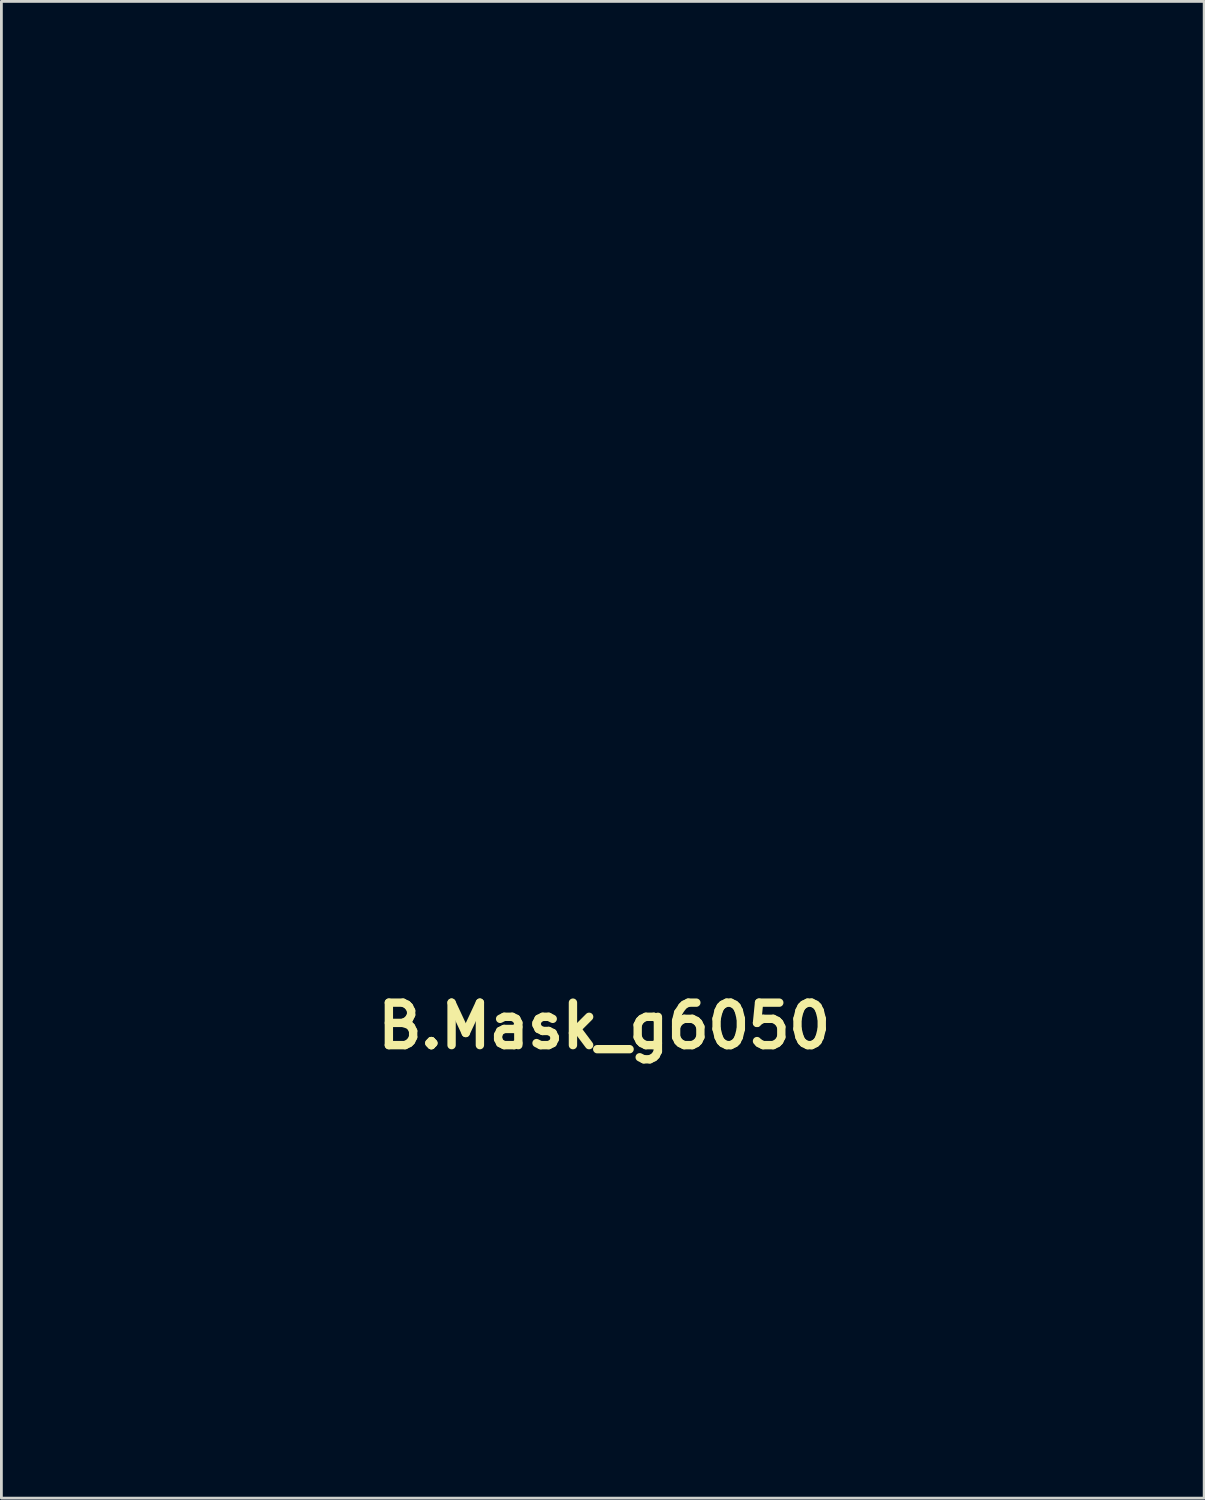
<source format=kicad_pcb>
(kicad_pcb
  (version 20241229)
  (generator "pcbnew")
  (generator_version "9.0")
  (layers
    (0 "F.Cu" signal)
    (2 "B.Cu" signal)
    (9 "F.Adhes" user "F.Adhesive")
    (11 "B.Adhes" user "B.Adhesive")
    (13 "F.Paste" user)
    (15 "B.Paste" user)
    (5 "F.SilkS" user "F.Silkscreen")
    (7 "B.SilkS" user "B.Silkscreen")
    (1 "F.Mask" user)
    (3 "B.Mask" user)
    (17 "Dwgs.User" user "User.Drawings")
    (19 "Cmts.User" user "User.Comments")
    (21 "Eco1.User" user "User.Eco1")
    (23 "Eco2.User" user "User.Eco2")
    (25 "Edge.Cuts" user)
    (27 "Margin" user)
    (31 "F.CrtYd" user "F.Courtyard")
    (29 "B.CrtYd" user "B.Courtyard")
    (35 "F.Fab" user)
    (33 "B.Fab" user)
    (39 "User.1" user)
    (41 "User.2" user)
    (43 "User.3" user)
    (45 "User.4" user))
  (footprint "B.Mask_g6050"
    (layer "F.Cu")
    (at 18.63 33.756)
    (property "Reference" "B.Mask_g6050" (at 0 0 0) (layer "F.SilkS") (effects (font (size 1.524 1.524) (thickness 0.3))))
    (attr through_hole)
    (fp_poly (pts (xy -3.849 -14.704) (xy -3.822 -14.696) (xy -3.809 -14.689) (xy -3.77 -14.65) (xy -3.771 -14.595) (xy -3.809 -14.525) (xy -3.879 -14.448) (xy -3.99 -14.341) (xy -3.996 -12.887) (xy -4.002 -11.434) (xy -3.901 -11.4) (xy -3.78 -11.352) (xy -3.7 -11.303) (xy -3.661 -11.251) (xy -3.662 -11.194) (xy -3.702 -11.133) (xy -3.714 -11.12) (xy -3.766 -11.076) (xy -3.82 -11.055) (xy -3.886 -11.055) (xy -3.975 -11.074) (xy -4.011 -11.084) (xy -4.113 -11.106) (xy -4.244 -11.12) (xy -4.393 -11.128) (xy -4.546 -11.129) (xy -4.692 -11.123) (xy -4.818 -11.109) (xy -4.856 -11.102) (xy -4.961 -11.084) (xy -5.055 -11.075) (xy -5.124 -11.076) (xy -5.202 -11.097) (xy -5.272 -11.132) (xy -5.319 -11.174) (xy -5.329 -11.193) (xy -5.321 -11.231) (xy -5.281 -11.278) (xy -5.217 -11.326) (xy -5.137 -11.372) (xy -5.048 -11.408) (xy -4.971 -11.435) (xy -4.909 -11.46) (xy -4.873 -11.479) (xy -4.871 -11.48) (xy -4.85 -11.501) (xy -4.832 -11.531) (xy -4.816 -11.574) (xy -4.803 -11.631) (xy -4.792 -11.706) (xy -4.783 -11.803) (xy -4.776 -11.923) (xy -4.771 -12.071) (xy -4.767 -12.25) (xy -4.763 -12.462) (xy -4.761 -12.711) (xy -4.76 -12.941) (xy -4.758 -13.187) (xy -4.757 -13.395) (xy -4.757 -13.567) (xy -4.758 -13.706) (xy -4.761 -13.818) (xy -4.768 -13.904) (xy -4.779 -13.968) (xy -4.794 -14.014) (xy -4.815 -14.045) (xy -4.842 -14.065) (xy -4.876 -14.077) (xy -4.918 -14.084) (xy -4.969 -14.09) (xy -5.016 -14.097) (xy -5.148 -14.126) (xy -5.247 -14.166) (xy -5.309 -14.215) (xy -5.33 -14.263) (xy -5.322 -14.325) (xy -5.277 -14.375) (xy -5.195 -14.415) (xy -5.073 -14.443) (xy -4.949 -14.459) (xy -4.821 -14.477) (xy -4.669 -14.508) (xy -4.486 -14.553) (xy -4.337 -14.595) (xy -4.188 -14.638) (xy -4.074 -14.669) (xy -3.988 -14.691) (xy -3.926 -14.703) (xy -3.882 -14.707) (xy -3.849 -14.704)) (stroke (width 0.01) (type solid)) (fill yes) (layer "B.Mask"))
    (fp_poly (pts (xy -11.054 -10.092) (xy -11.02 -10.077) (xy -11.015 -10.073) (xy -10.989 -10.034) (xy -10.995 -9.984) (xy -11.036 -9.919) (xy -11.102 -9.846) (xy -11.219 -9.73) (xy -11.213 -8.282) (xy -11.208 -6.835) (xy -11.084 -6.784) (xy -11.012 -6.752) (xy -10.95 -6.719) (xy -10.92 -6.698) (xy -10.885 -6.643) (xy -10.885 -6.583) (xy -10.914 -6.526) (xy -10.966 -6.481) (xy -11.037 -6.458) (xy -11.064 -6.456) (xy -11.132 -6.462) (xy -11.215 -6.477) (xy -11.261 -6.488) (xy -11.392 -6.514) (xy -11.548 -6.53) (xy -11.713 -6.536) (xy -11.873 -6.531) (xy -12.01 -6.515) (xy -12.033 -6.51) (xy -12.118 -6.493) (xy -12.191 -6.478) (xy -12.239 -6.468) (xy -12.245 -6.467) (xy -12.29 -6.468) (xy -12.356 -6.479) (xy -12.389 -6.487) (xy -12.48 -6.518) (xy -12.531 -6.553) (xy -12.545 -6.597) (xy -12.535 -6.635) (xy -12.491 -6.692) (xy -12.413 -6.745) (xy -12.298 -6.796) (xy -12.226 -6.821) (xy -12.146 -6.849) (xy -12.097 -6.874) (xy -12.068 -6.904) (xy -12.051 -6.937) (xy -12.036 -6.978) (xy -12.024 -7.028) (xy -12.013 -7.091) (xy -12.004 -7.17) (xy -11.997 -7.268) (xy -11.991 -7.389) (xy -11.987 -7.536) (xy -11.983 -7.713) (xy -11.981 -7.924) (xy -11.979 -8.171) (xy -11.978 -8.336) (xy -11.977 -8.581) (xy -11.976 -8.788) (xy -11.975 -8.96) (xy -11.977 -9.099) (xy -11.981 -9.21) (xy -11.988 -9.296) (xy -11.999 -9.36) (xy -12.014 -9.406) (xy -12.035 -9.438) (xy -12.062 -9.458) (xy -12.097 -9.471) (xy -12.139 -9.479) (xy -12.189 -9.486) (xy -12.232 -9.493) (xy -12.36 -9.52) (xy -12.451 -9.551) (xy -12.508 -9.588) (xy -12.536 -9.634) (xy -12.541 -9.672) (xy -12.534 -9.726) (xy -12.508 -9.767) (xy -12.459 -9.799) (xy -12.381 -9.824) (xy -12.269 -9.844) (xy -12.178 -9.856) (xy -12.003 -9.882) (xy -11.807 -9.925) (xy -11.581 -9.986) (xy -11.557 -9.993) (xy -11.396 -10.039) (xy -11.271 -10.071) (xy -11.175 -10.09) (xy -11.104 -10.097) (xy -11.054 -10.092)) (stroke (width 0.01) (type solid)) (fill yes) (layer "B.Mask"))
    (fp_poly (pts (xy -5.694 -14.698) (xy -5.651 -14.672) (xy -5.621 -14.636) (xy -5.618 -14.595) (xy -5.646 -14.543) (xy -5.705 -14.475) (xy -5.737 -14.443) (xy -5.842 -14.341) (xy -5.842 -11.436) (xy -5.72 -11.391) (xy -5.607 -11.341) (xy -5.537 -11.289) (xy -5.507 -11.232) (xy -5.519 -11.171) (xy -5.565 -11.111) (xy -5.625 -11.067) (xy -5.696 -11.051) (xy -5.786 -11.061) (xy -5.863 -11.084) (xy -5.946 -11.102) (xy -6.059 -11.116) (xy -6.192 -11.126) (xy -6.332 -11.129) (xy -6.469 -11.127) (xy -6.592 -11.12) (xy -6.687 -11.106) (xy -6.695 -11.104) (xy -6.82 -11.079) (xy -6.918 -11.072) (xy -7.002 -11.081) (xy -7.051 -11.094) (xy -7.126 -11.127) (xy -7.164 -11.165) (xy -7.17 -11.215) (xy -7.167 -11.227) (xy -7.147 -11.271) (xy -7.105 -11.31) (xy -7.036 -11.349) (xy -6.934 -11.391) (xy -6.882 -11.409) (xy -6.798 -11.441) (xy -6.743 -11.468) (xy -6.709 -11.498) (xy -6.685 -11.537) (xy -6.684 -11.538) (xy -6.667 -11.582) (xy -6.653 -11.641) (xy -6.64 -11.72) (xy -6.63 -11.821) (xy -6.622 -11.947) (xy -6.615 -12.101) (xy -6.61 -12.285) (xy -6.606 -12.504) (xy -6.604 -12.759) (xy -6.603 -13.003) (xy -6.602 -13.231) (xy -6.602 -13.42) (xy -6.602 -13.575) (xy -6.603 -13.698) (xy -6.604 -13.794) (xy -6.607 -13.867) (xy -6.61 -13.921) (xy -6.615 -13.958) (xy -6.621 -13.984) (xy -6.629 -14.001) (xy -6.638 -14.014) (xy -6.646 -14.022) (xy -6.701 -14.06) (xy -6.787 -14.083) (xy -6.809 -14.086) (xy -6.959 -14.112) (xy -7.073 -14.149) (xy -7.149 -14.194) (xy -7.187 -14.248) (xy -7.184 -14.309) (xy -7.179 -14.319) (xy -7.14 -14.371) (xy -7.071 -14.41) (xy -6.969 -14.438) (xy -6.829 -14.458) (xy -6.827 -14.458) (xy -6.739 -14.467) (xy -6.663 -14.476) (xy -6.59 -14.489) (xy -6.513 -14.505) (xy -6.422 -14.528) (xy -6.311 -14.559) (xy -6.17 -14.599) (xy -6.117 -14.615) (xy -6.003 -14.647) (xy -5.9 -14.675) (xy -5.816 -14.696) (xy -5.761 -14.709) (xy -5.744 -14.711) (xy -5.694 -14.698)) (stroke (width 0.01) (type solid)) (fill yes) (layer "B.Mask"))
    (fp_poly (pts (xy 6.969 -14.404) (xy 7.02 -14.377) (xy 7.047 -14.343) (xy 7.048 -14.334) (xy 7.034 -14.295) (xy 6.998 -14.24) (xy 6.949 -14.181) (xy 6.897 -14.13) (xy 6.891 -14.126) (xy 6.816 -14.065) (xy 6.816 -12.603) (xy 6.816 -11.141) (xy 6.935 -11.104) (xy 7.032 -11.063) (xy 7.105 -11.013) (xy 7.147 -10.959) (xy 7.154 -10.927) (xy 7.137 -10.877) (xy 7.092 -10.824) (xy 7.034 -10.782) (xy 7.013 -10.773) (xy 6.987 -10.762) (xy 6.966 -10.757) (xy 6.94 -10.758) (xy 6.899 -10.766) (xy 6.834 -10.782) (xy 6.776 -10.796) (xy 6.501 -10.844) (xy 6.226 -10.85) (xy 5.963 -10.817) (xy 5.861 -10.797) (xy 5.789 -10.786) (xy 5.736 -10.782) (xy 5.69 -10.787) (xy 5.64 -10.799) (xy 5.62 -10.805) (xy 5.549 -10.829) (xy 5.51 -10.854) (xy 5.492 -10.888) (xy 5.491 -10.892) (xy 5.495 -10.953) (xy 5.54 -11.011) (xy 5.627 -11.068) (xy 5.755 -11.122) (xy 5.825 -11.145) (xy 5.896 -11.17) (xy 5.938 -11.196) (xy 5.964 -11.233) (xy 5.979 -11.266) (xy 5.995 -11.315) (xy 6.009 -11.378) (xy 6.02 -11.458) (xy 6.03 -11.558) (xy 6.038 -11.682) (xy 6.044 -11.833) (xy 6.048 -12.013) (xy 6.051 -12.227) (xy 6.054 -12.477) (xy 6.055 -12.734) (xy 6.055 -12.969) (xy 6.056 -13.166) (xy 6.056 -13.327) (xy 6.054 -13.457) (xy 6.049 -13.558) (xy 6.041 -13.636) (xy 6.028 -13.693) (xy 6.01 -13.733) (xy 5.985 -13.76) (xy 5.954 -13.777) (xy 5.914 -13.788) (xy 5.865 -13.796) (xy 5.807 -13.805) (xy 5.79 -13.808) (xy 5.661 -13.836) (xy 5.568 -13.867) (xy 5.508 -13.902) (xy 5.475 -13.944) (xy 5.469 -13.963) (xy 5.466 -14.007) (xy 5.487 -14.046) (xy 5.52 -14.078) (xy 5.549 -14.102) (xy 5.577 -14.121) (xy 5.613 -14.134) (xy 5.664 -14.146) (xy 5.737 -14.158) (xy 5.841 -14.171) (xy 5.918 -14.18) (xy 6.005 -14.194) (xy 6.121 -14.218) (xy 6.253 -14.249) (xy 6.39 -14.285) (xy 6.473 -14.309) (xy 6.595 -14.343) (xy 6.709 -14.373) (xy 6.805 -14.396) (xy 6.876 -14.411) (xy 6.908 -14.415) (xy 6.969 -14.404)) (stroke (width 0.01) (type solid)) (fill yes) (layer "B.Mask"))
    (fp_poly (pts (xy 0.131 -16.689) (xy 0.293 -16.65) (xy 0.451 -16.574) (xy 0.595 -16.465) (xy 0.632 -16.427) (xy 0.734 -16.312) (xy 0.816 -16.198) (xy 0.88 -16.076) (xy 0.931 -15.939) (xy 0.973 -15.778) (xy 1.007 -15.585) (xy 1.015 -15.536) (xy 1.059 -15.153) (xy 1.074 -14.801) (xy 1.06 -14.479) (xy 1.017 -14.187) (xy 0.946 -13.926) (xy 0.845 -13.695) (xy 0.716 -13.493) (xy 0.606 -13.367) (xy 0.484 -13.255) (xy 0.37 -13.175) (xy 0.255 -13.123) (xy 0.128 -13.096) (xy 0.023 -13.087) (xy -0.082 -13.086) (xy -0.161 -13.093) (xy -0.231 -13.111) (xy -0.274 -13.126) (xy -0.394 -13.193) (xy -0.514 -13.296) (xy -0.631 -13.429) (xy -0.739 -13.587) (xy -0.835 -13.764) (xy -0.914 -13.954) (xy -0.937 -14.023) (xy -0.98 -14.179) (xy -1.009 -14.339) (xy -1.027 -14.513) (xy -1.034 -14.709) (xy -1.032 -14.937) (xy -1.031 -14.961) (xy -1.019 -15.209) (xy -1.015 -15.247) (xy -0.241 -15.247) (xy -0.24 -15.06) (xy -0.24 -14.922) (xy -0.238 -14.653) (xy -0.235 -14.423) (xy -0.23 -14.229) (xy -0.223 -14.067) (xy -0.213 -13.934) (xy -0.199 -13.826) (xy -0.182 -13.74) (xy -0.161 -13.674) (xy -0.136 -13.623) (xy -0.105 -13.584) (xy -0.069 -13.554) (xy -0.055 -13.544) (xy -0.004 -13.515) (xy 0.03 -13.507) (xy 0.066 -13.516) (xy 0.092 -13.528) (xy 0.142 -13.563) (xy 0.185 -13.622) (xy 0.222 -13.706) (xy 0.252 -13.818) (xy 0.277 -13.96) (xy 0.296 -14.134) (xy 0.309 -14.343) (xy 0.318 -14.588) (xy 0.323 -14.872) (xy 0.323 -15.039) (xy 0.322 -15.265) (xy 0.32 -15.453) (xy 0.314 -15.609) (xy 0.306 -15.738) (xy 0.295 -15.846) (xy 0.279 -15.936) (xy 0.258 -16.014) (xy 0.233 -16.086) (xy 0.208 -16.142) (xy 0.166 -16.22) (xy 0.123 -16.264) (xy 0.071 -16.282) (xy 0.038 -16.284) (xy -0.027 -16.27) (xy -0.083 -16.224) (xy -0.131 -16.143) (xy -0.174 -16.025) (xy -0.193 -15.958) (xy -0.205 -15.906) (xy -0.216 -15.86) (xy -0.224 -15.812) (xy -0.23 -15.76) (xy -0.235 -15.697) (xy -0.238 -15.619) (xy -0.24 -15.521) (xy -0.241 -15.399) (xy -0.241 -15.247) (xy -1.015 -15.247) (xy -0.999 -15.422) (xy -0.972 -15.607) (xy -0.935 -15.77) (xy -0.887 -15.919) (xy -0.826 -16.059) (xy -0.797 -16.116) (xy -0.694 -16.275) (xy -0.567 -16.414) (xy -0.422 -16.529) (xy -0.265 -16.617) (xy -0.102 -16.672) (xy 0.06 -16.693) (xy 0.131 -16.689)) (stroke (width 0.01) (type solid)) (fill yes) (layer "B.Mask"))
    (fp_poly (pts (xy 0.289 10.335) (xy 0.44 10.359) (xy 0.571 10.408) (xy 0.687 10.486) (xy 0.796 10.597) (xy 0.904 10.745) (xy 0.938 10.798) (xy 1.036 10.975) (xy 1.096 11.132) (xy 1.12 11.27) (xy 1.107 11.39) (xy 1.088 11.443) (xy 1.048 11.498) (xy 1.004 11.513) (xy 0.96 11.488) (xy 0.944 11.467) (xy 0.923 11.426) (xy 0.892 11.357) (xy 0.858 11.274) (xy 0.848 11.248) (xy 0.805 11.142) (xy 0.765 11.071) (xy 0.722 11.027) (xy 0.667 11.005) (xy 0.593 10.997) (xy 0.553 10.996) (xy 0.405 11.014) (xy 0.28 11.067) (xy 0.178 11.156) (xy 0.115 11.248) (xy 0.051 11.39) (xy -0.003 11.564) (xy -0.047 11.759) (xy -0.079 11.967) (xy -0.098 12.178) (xy -0.102 12.381) (xy -0.09 12.567) (xy -0.076 12.661) (xy -0.03 12.855) (xy 0.027 13.018) (xy 0.094 13.147) (xy 0.169 13.241) (xy 0.251 13.298) (xy 0.328 13.314) (xy 0.39 13.294) (xy 0.45 13.24) (xy 0.502 13.16) (xy 0.543 13.062) (xy 0.567 12.954) (xy 0.571 12.883) (xy 0.56 12.804) (xy 0.531 12.716) (xy 0.489 12.627) (xy 0.439 12.547) (xy 0.387 12.485) (xy 0.339 12.45) (xy 0.319 12.446) (xy 0.282 12.458) (xy 0.227 12.49) (xy 0.183 12.521) (xy 0.127 12.56) (xy 0.083 12.582) (xy 0.065 12.584) (xy 0.041 12.548) (xy 0.03 12.483) (xy 0.032 12.403) (xy 0.042 12.341) (xy 0.092 12.218) (xy 0.172 12.119) (xy 0.277 12.048) (xy 0.399 12.009) (xy 0.507 12.006) (xy 0.625 12.036) (xy 0.731 12.102) (xy 0.828 12.205) (xy 0.916 12.348) (xy 0.985 12.499) (xy 1.035 12.671) (xy 1.056 12.858) (xy 1.05 13.05) (xy 1.016 13.238) (xy 0.958 13.414) (xy 0.876 13.569) (xy 0.806 13.659) (xy 0.706 13.746) (xy 0.581 13.824) (xy 0.448 13.882) (xy 0.381 13.902) (xy 0.272 13.921) (xy 0.147 13.933) (xy 0.021 13.938) (xy -0.088 13.933) (xy -0.134 13.928) (xy -0.305 13.876) (xy -0.462 13.787) (xy -0.605 13.66) (xy -0.733 13.5) (xy -0.844 13.309) (xy -0.935 13.088) (xy -1.007 12.839) (xy -1.056 12.566) (xy -1.059 12.542) (xy -1.072 12.398) (xy -1.078 12.236) (xy -1.076 12.066) (xy -1.068 11.898) (xy -1.055 11.744) (xy -1.035 11.614) (xy -1.018 11.542) (xy -0.931 11.288) (xy -0.824 11.055) (xy -0.699 10.847) (xy -0.561 10.668) (xy -0.412 10.523) (xy -0.254 10.415) (xy -0.25 10.413) (xy -0.186 10.38) (xy -0.132 10.359) (xy -0.074 10.346) (xy -0.001 10.338) (xy 0.101 10.333) (xy 0.109 10.333) (xy 0.289 10.335)) (stroke (width 0.01) (type solid)) (fill yes) (layer "B.Mask"))
    (fp_poly (pts (xy -9.523 -10.063) (xy -9.451 -10.056) (xy -9.391 -10.041) (xy -9.327 -10.014) (xy -9.303 -10.002) (xy -9.165 -9.915) (xy -9.033 -9.795) (xy -8.913 -9.649) (xy -8.814 -9.487) (xy -8.762 -9.375) (xy -8.728 -9.266) (xy -8.696 -9.123) (xy -8.668 -8.954) (xy -8.645 -8.768) (xy -8.626 -8.574) (xy -8.614 -8.379) (xy -8.609 -8.192) (xy -8.611 -8.022) (xy -8.615 -7.956) (xy -8.64 -7.713) (xy -8.68 -7.5) (xy -8.737 -7.307) (xy -8.814 -7.124) (xy -8.818 -7.115) (xy -8.876 -7.004) (xy -8.936 -6.913) (xy -9.008 -6.826) (xy -9.077 -6.753) (xy -9.193 -6.646) (xy -9.298 -6.569) (xy -9.404 -6.516) (xy -9.521 -6.482) (xy -9.545 -6.477) (xy -9.665 -6.46) (xy -9.763 -6.461) (xy -9.857 -6.48) (xy -9.874 -6.486) (xy -9.997 -6.533) (xy -10.101 -6.596) (xy -10.198 -6.683) (xy -10.264 -6.757) (xy -10.369 -6.899) (xy -10.47 -7.069) (xy -10.558 -7.25) (xy -10.626 -7.428) (xy -10.648 -7.504) (xy -10.681 -7.675) (xy -10.703 -7.877) (xy -10.713 -8.1) (xy -10.712 -8.335) (xy -10.712 -8.347) (xy -9.923 -8.347) (xy -9.922 -8.124) (xy -9.919 -7.911) (xy -9.914 -7.711) (xy -9.906 -7.529) (xy -9.897 -7.372) (xy -9.885 -7.243) (xy -9.872 -7.149) (xy -9.864 -7.108) (xy -9.823 -7.016) (xy -9.764 -6.949) (xy -9.695 -6.91) (xy -9.623 -6.905) (xy -9.554 -6.935) (xy -9.536 -6.951) (xy -9.501 -7) (xy -9.467 -7.071) (xy -9.452 -7.114) (xy -9.431 -7.194) (xy -9.413 -7.28) (xy -9.399 -7.377) (xy -9.387 -7.488) (xy -9.379 -7.62) (xy -9.373 -7.775) (xy -9.369 -7.96) (xy -9.367 -8.178) (xy -9.366 -8.403) (xy -9.366 -8.612) (xy -9.367 -8.783) (xy -9.369 -8.921) (xy -9.371 -9.032) (xy -9.374 -9.118) (xy -9.379 -9.186) (xy -9.385 -9.24) (xy -9.393 -9.284) (xy -9.402 -9.324) (xy -9.405 -9.333) (xy -9.453 -9.477) (xy -9.504 -9.58) (xy -9.56 -9.644) (xy -9.621 -9.67) (xy -9.688 -9.661) (xy -9.744 -9.628) (xy -9.791 -9.57) (xy -9.832 -9.481) (xy -9.866 -9.377) (xy -9.879 -9.327) (xy -9.89 -9.277) (xy -9.898 -9.22) (xy -9.904 -9.151) (xy -9.91 -9.064) (xy -9.914 -8.954) (xy -9.917 -8.815) (xy -9.92 -8.641) (xy -9.921 -8.572) (xy -9.923 -8.347) (xy -10.712 -8.347) (xy -10.7 -8.572) (xy -10.678 -8.801) (xy -10.646 -9.012) (xy -10.603 -9.196) (xy -10.59 -9.239) (xy -10.503 -9.453) (xy -10.385 -9.643) (xy -10.238 -9.804) (xy -10.068 -9.934) (xy -9.978 -9.983) (xy -9.895 -10.023) (xy -9.831 -10.047) (xy -9.769 -10.059) (xy -9.694 -10.064) (xy -9.621 -10.065) (xy -9.523 -10.063)) (stroke (width 0.01) (type solid)) (fill yes) (layer "B.Mask"))
    (fp_poly (pts (xy -13.149 -3.445) (xy -12.979 -3.369) (xy -12.827 -3.254) (xy -12.802 -3.229) (xy -12.691 -3.103) (xy -12.597 -2.958) (xy -12.514 -2.786) (xy -12.472 -2.683) (xy -12.415 -2.517) (xy -12.372 -2.36) (xy -12.342 -2.199) (xy -12.323 -2.025) (xy -12.314 -1.827) (xy -12.312 -1.662) (xy -12.312 -1.519) (xy -12.313 -1.41) (xy -12.317 -1.325) (xy -12.324 -1.258) (xy -12.334 -1.198) (xy -12.349 -1.138) (xy -12.369 -1.069) (xy -12.428 -0.901) (xy -12.502 -0.725) (xy -12.584 -0.556) (xy -12.668 -0.409) (xy -12.695 -0.367) (xy -12.792 -0.243) (xy -12.908 -0.126) (xy -13.031 -0.024) (xy -13.149 0.051) (xy -13.159 0.056) (xy -13.221 0.084) (xy -13.278 0.102) (xy -13.342 0.113) (xy -13.426 0.118) (xy -13.504 0.12) (xy -13.608 0.12) (xy -13.706 0.117) (xy -13.783 0.111) (xy -13.815 0.106) (xy -13.923 0.074) (xy -14.019 0.024) (xy -14.109 -0.049) (xy -14.198 -0.151) (xy -14.293 -0.286) (xy -14.323 -0.333) (xy -14.418 -0.505) (xy -14.478 -0.663) (xy -14.503 -0.804) (xy -14.493 -0.926) (xy -14.468 -0.993) (xy -14.437 -1.039) (xy -14.405 -1.054) (xy -14.37 -1.035) (xy -14.33 -0.981) (xy -14.284 -0.889) (xy -14.235 -0.773) (xy -14.198 -0.693) (xy -14.159 -0.623) (xy -14.126 -0.578) (xy -14.124 -0.577) (xy -14.055 -0.539) (xy -13.964 -0.527) (xy -13.86 -0.538) (xy -13.753 -0.569) (xy -13.653 -0.617) (xy -13.568 -0.68) (xy -13.51 -0.752) (xy -13.461 -0.858) (xy -13.413 -0.999) (xy -13.369 -1.164) (xy -13.332 -1.346) (xy -13.302 -1.537) (xy -13.292 -1.623) (xy -13.283 -1.808) (xy -13.291 -1.998) (xy -13.315 -2.186) (xy -13.354 -2.363) (xy -13.404 -2.523) (xy -13.466 -2.657) (xy -13.536 -2.758) (xy -13.549 -2.772) (xy -13.629 -2.832) (xy -13.706 -2.85) (xy -13.779 -2.827) (xy -13.846 -2.762) (xy -13.89 -2.688) (xy -13.943 -2.563) (xy -13.964 -2.454) (xy -13.954 -2.351) (xy -13.919 -2.252) (xy -13.857 -2.13) (xy -13.801 -2.048) (xy -13.745 -2.004) (xy -13.686 -1.994) (xy -13.621 -2.018) (xy -13.568 -2.056) (xy -13.502 -2.101) (xy -13.458 -2.11) (xy -13.432 -2.083) (xy -13.421 -2.016) (xy -13.42 -1.979) (xy -13.439 -1.843) (xy -13.492 -1.727) (xy -13.577 -1.635) (xy -13.687 -1.572) (xy -13.819 -1.544) (xy -13.851 -1.542) (xy -13.931 -1.548) (xy -14.002 -1.563) (xy -14.027 -1.573) (xy -14.118 -1.64) (xy -14.207 -1.742) (xy -14.289 -1.87) (xy -14.36 -2.016) (xy -14.414 -2.174) (xy -14.437 -2.271) (xy -14.445 -2.365) (xy -14.442 -2.485) (xy -14.43 -2.618) (xy -14.409 -2.749) (xy -14.381 -2.864) (xy -14.372 -2.889) (xy -14.292 -3.065) (xy -14.183 -3.211) (xy -14.044 -3.326) (xy -13.875 -3.411) (xy -13.677 -3.465) (xy -13.543 -3.483) (xy -13.337 -3.483) (xy -13.149 -3.445)) (stroke (width 0.01) (type solid)) (fill yes) (layer "B.Mask"))
    (fp_poly (pts (xy 13.625 -2.615) (xy 13.824 -2.581) (xy 13.999 -2.515) (xy 14.153 -2.416) (xy 14.225 -2.35) (xy 14.322 -2.232) (xy 14.405 -2.091) (xy 14.465 -1.944) (xy 14.479 -1.891) (xy 14.497 -1.767) (xy 14.503 -1.632) (xy 14.495 -1.5) (xy 14.476 -1.386) (xy 14.462 -1.342) (xy 14.384 -1.186) (xy 14.274 -1.036) (xy 14.142 -0.904) (xy 14.011 -0.809) (xy 13.921 -0.756) (xy 13.983 -0.712) (xy 14.116 -0.592) (xy 14.221 -0.442) (xy 14.295 -0.265) (xy 14.331 -0.106) (xy 14.346 0.051) (xy 14.336 0.188) (xy 14.299 0.32) (xy 14.268 0.395) (xy 14.17 0.555) (xy 14.039 0.698) (xy 13.882 0.819) (xy 13.705 0.911) (xy 13.544 0.962) (xy 13.409 0.984) (xy 13.257 0.992) (xy 13.107 0.986) (xy 12.976 0.966) (xy 12.955 0.961) (xy 12.841 0.919) (xy 12.733 0.86) (xy 12.637 0.788) (xy 12.556 0.709) (xy 12.495 0.628) (xy 12.459 0.549) (xy 12.452 0.479) (xy 12.479 0.422) (xy 12.524 0.387) (xy 12.568 0.388) (xy 12.614 0.428) (xy 12.656 0.488) (xy 12.724 0.576) (xy 12.801 0.629) (xy 12.897 0.651) (xy 13.007 0.648) (xy 13.096 0.632) (xy 13.186 0.605) (xy 13.229 0.587) (xy 13.288 0.552) (xy 13.333 0.507) (xy 13.375 0.439) (xy 13.39 0.41) (xy 13.454 0.25) (xy 13.489 0.086) (xy 13.494 -0.075) (xy 13.471 -0.225) (xy 13.417 -0.355) (xy 13.402 -0.379) (xy 13.343 -0.449) (xy 13.257 -0.526) (xy 13.158 -0.601) (xy 13.058 -0.664) (xy 12.973 -0.706) (xy 12.909 -0.738) (xy 12.831 -0.79) (xy 12.754 -0.851) (xy 12.747 -0.858) (xy 12.636 -0.969) (xy 12.565 -1.066) (xy 12.533 -1.148) (xy 12.54 -1.216) (xy 12.571 -1.258) (xy 12.616 -1.285) (xy 12.66 -1.28) (xy 12.708 -1.24) (xy 12.766 -1.164) (xy 12.769 -1.159) (xy 12.831 -1.078) (xy 12.885 -1.032) (xy 12.904 -1.024) (xy 12.983 -1.016) (xy 13.085 -1.021) (xy 13.194 -1.037) (xy 13.294 -1.062) (xy 13.349 -1.083) (xy 13.414 -1.12) (xy 13.459 -1.164) (xy 13.499 -1.23) (xy 13.509 -1.25) (xy 13.58 -1.429) (xy 13.618 -1.605) (xy 13.623 -1.773) (xy 13.597 -1.929) (xy 13.539 -2.066) (xy 13.45 -2.18) (xy 13.438 -2.191) (xy 13.379 -2.237) (xy 13.326 -2.259) (xy 13.259 -2.265) (xy 13.259 -2.265) (xy 13.188 -2.259) (xy 13.136 -2.234) (xy 13.102 -2.204) (xy 13.041 -2.124) (xy 13.022 -2.045) (xy 13.045 -1.969) (xy 13.11 -1.893) (xy 13.158 -1.856) (xy 13.244 -1.795) (xy 13.352 -1.842) (xy 13.428 -1.87) (xy 13.475 -1.872) (xy 13.498 -1.849) (xy 13.504 -1.801) (xy 13.484 -1.724) (xy 13.429 -1.657) (xy 13.344 -1.605) (xy 13.235 -1.571) (xy 13.109 -1.559) (xy 13.09 -1.559) (xy 12.946 -1.58) (xy 12.822 -1.639) (xy 12.714 -1.736) (xy 12.655 -1.817) (xy 12.605 -1.934) (xy 12.595 -2.063) (xy 12.625 -2.198) (xy 12.689 -2.327) (xy 12.784 -2.431) (xy 12.91 -2.512) (xy 13.069 -2.57) (xy 13.262 -2.606) (xy 13.399 -2.618) (xy 13.625 -2.615)) (stroke (width 0.01) (type solid)) (fill yes) (layer "B.Mask"))
    (fp_poly (pts (xy -11.251 3.982) (xy -11.08 3.997) (xy -11.005 4.01) (xy -10.79 4.069) (xy -10.61 4.152) (xy -10.463 4.26) (xy -10.352 4.391) (xy -10.275 4.547) (xy -10.233 4.725) (xy -10.231 4.745) (xy -10.229 4.84) (xy -10.248 4.928) (xy -10.292 5.01) (xy -10.361 5.092) (xy -10.461 5.175) (xy -10.594 5.264) (xy -10.763 5.362) (xy -10.822 5.394) (xy -11.093 5.54) (xy -10.981 5.595) (xy -10.853 5.67) (xy -10.715 5.77) (xy -10.577 5.887) (xy -10.445 6.014) (xy -10.328 6.143) (xy -10.235 6.266) (xy -10.183 6.353) (xy -10.144 6.441) (xy -10.124 6.517) (xy -10.118 6.606) (xy -10.118 6.623) (xy -10.137 6.821) (xy -10.192 6.997) (xy -10.282 7.151) (xy -10.406 7.281) (xy -10.562 7.385) (xy -10.75 7.463) (xy -10.901 7.501) (xy -11.05 7.524) (xy -11.222 7.539) (xy -11.399 7.545) (xy -11.564 7.543) (xy -11.666 7.535) (xy -11.876 7.5) (xy -12.067 7.447) (xy -12.232 7.377) (xy -12.363 7.294) (xy -12.374 7.285) (xy -12.485 7.167) (xy -12.569 7.024) (xy -12.626 6.865) (xy -12.653 6.699) (xy -12.648 6.533) (xy -12.635 6.483) (xy -11.763 6.483) (xy -11.76 6.633) (xy -11.726 6.762) (xy -11.665 6.866) (xy -11.577 6.941) (xy -11.547 6.957) (xy -11.467 6.977) (xy -11.368 6.979) (xy -11.267 6.966) (xy -11.182 6.938) (xy -11.156 6.922) (xy -11.094 6.868) (xy -11.052 6.804) (xy -11.028 6.722) (xy -11.018 6.611) (xy -11.017 6.551) (xy -11.019 6.449) (xy -11.027 6.378) (xy -11.041 6.325) (xy -11.06 6.287) (xy -11.128 6.205) (xy -11.218 6.153) (xy -11.335 6.13) (xy -11.388 6.128) (xy -11.52 6.142) (xy -11.623 6.185) (xy -11.697 6.259) (xy -11.743 6.365) (xy -11.763 6.483) (xy -12.635 6.483) (xy -12.609 6.377) (xy -12.583 6.319) (xy -12.516 6.21) (xy -12.419 6.089) (xy -12.302 5.965) (xy -12.174 5.844) (xy -12.043 5.737) (xy -11.918 5.65) (xy -11.844 5.61) (xy -11.789 5.582) (xy -11.754 5.562) (xy -11.748 5.557) (xy -11.765 5.545) (xy -11.812 5.515) (xy -11.882 5.471) (xy -11.97 5.418) (xy -12.007 5.396) (xy -12.132 5.317) (xy -12.247 5.237) (xy -12.34 5.163) (xy -12.383 5.124) (xy -12.469 5.026) (xy -12.52 4.934) (xy -12.538 4.852) (xy -11.699 4.852) (xy -11.696 4.971) (xy -11.664 5.075) (xy -11.608 5.154) (xy -11.555 5.192) (xy -11.453 5.223) (xy -11.344 5.225) (xy -11.246 5.197) (xy -11.216 5.18) (xy -11.136 5.105) (xy -11.088 5.014) (xy -11.069 4.915) (xy -11.077 4.815) (xy -11.111 4.721) (xy -11.169 4.641) (xy -11.249 4.583) (xy -11.348 4.553) (xy -11.386 4.551) (xy -11.501 4.568) (xy -11.593 4.62) (xy -11.657 4.703) (xy -11.694 4.818) (xy -11.699 4.852) (xy -12.538 4.852) (xy -12.541 4.837) (xy -12.536 4.723) (xy -12.533 4.701) (xy -12.49 4.531) (xy -12.419 4.388) (xy -12.317 4.267) (xy -12.181 4.166) (xy -12.009 4.082) (xy -11.924 4.051) (xy -11.784 4.015) (xy -11.616 3.991) (xy -11.434 3.98) (xy -11.251 3.982)) (stroke (width 0.01) (type solid)) (fill yes) (layer "B.Mask"))
    (fp_poly (pts (xy 11.289 -10.309) (xy 11.466 -10.248) (xy 11.634 -10.149) (xy 11.789 -10.013) (xy 11.929 -9.841) (xy 12.052 -9.636) (xy 12.065 -9.612) (xy 12.129 -9.465) (xy 12.191 -9.295) (xy 12.244 -9.118) (xy 12.283 -8.951) (xy 12.3 -8.855) (xy 12.31 -8.735) (xy 12.314 -8.59) (xy 12.311 -8.433) (xy 12.304 -8.278) (xy 12.291 -8.139) (xy 12.273 -8.028) (xy 12.249 -7.918) (xy 12.336 -7.806) (xy 12.442 -7.644) (xy 12.529 -7.466) (xy 12.592 -7.283) (xy 12.627 -7.104) (xy 12.633 -6.958) (xy 12.626 -6.875) (xy 12.614 -6.822) (xy 12.593 -6.788) (xy 12.575 -6.771) (xy 12.503 -6.735) (xy 12.429 -6.741) (xy 12.388 -6.763) (xy 12.358 -6.795) (xy 12.314 -6.853) (xy 12.263 -6.929) (xy 12.232 -6.98) (xy 12.18 -7.066) (xy 12.132 -7.144) (xy 12.094 -7.204) (xy 12.08 -7.225) (xy 12.039 -7.284) (xy 11.997 -7.214) (xy 11.937 -7.131) (xy 11.855 -7.042) (xy 11.765 -6.957) (xy 11.677 -6.891) (xy 11.637 -6.867) (xy 11.522 -6.816) (xy 11.4 -6.782) (xy 11.261 -6.761) (xy 11.095 -6.753) (xy 11.033 -6.752) (xy 10.87 -6.758) (xy 10.742 -6.776) (xy 10.641 -6.81) (xy 10.562 -6.863) (xy 10.498 -6.937) (xy 10.453 -7.014) (xy 10.409 -7.123) (xy 10.377 -7.25) (xy 10.358 -7.384) (xy 10.356 -7.462) (xy 10.818 -7.462) (xy 10.827 -7.385) (xy 10.838 -7.34) (xy 10.871 -7.263) (xy 10.915 -7.226) (xy 10.972 -7.229) (xy 11.043 -7.272) (xy 11.071 -7.295) (xy 11.116 -7.343) (xy 11.168 -7.411) (xy 11.222 -7.488) (xy 11.27 -7.564) (xy 11.306 -7.63) (xy 11.323 -7.675) (xy 11.324 -7.682) (xy 11.306 -7.7) (xy 11.259 -7.703) (xy 11.19 -7.694) (xy 11.11 -7.676) (xy 11.027 -7.649) (xy 10.951 -7.618) (xy 10.891 -7.583) (xy 10.872 -7.568) (xy 10.833 -7.519) (xy 10.818 -7.462) (xy 10.356 -7.462) (xy 10.354 -7.513) (xy 10.364 -7.625) (xy 10.387 -7.701) (xy 10.433 -7.774) (xy 10.504 -7.862) (xy 10.592 -7.955) (xy 10.688 -8.045) (xy 10.783 -8.124) (xy 10.867 -8.181) (xy 10.888 -8.192) (xy 10.959 -8.226) (xy 11.014 -8.244) (xy 11.072 -8.25) (xy 11.149 -8.247) (xy 11.176 -8.245) (xy 11.265 -8.237) (xy 11.347 -8.228) (xy 11.406 -8.221) (xy 11.406 -8.221) (xy 11.478 -8.21) (xy 11.467 -8.481) (xy 11.46 -8.616) (xy 11.449 -8.722) (xy 11.431 -8.815) (xy 11.406 -8.908) (xy 11.398 -8.932) (xy 11.319 -9.145) (xy 11.224 -9.338) (xy 11.152 -9.454) (xy 11.079 -9.532) (xy 10.979 -9.599) (xy 10.867 -9.649) (xy 10.759 -9.672) (xy 10.738 -9.673) (xy 10.656 -9.668) (xy 10.594 -9.648) (xy 10.545 -9.607) (xy 10.501 -9.539) (xy 10.456 -9.437) (xy 10.446 -9.411) (xy 10.41 -9.322) (xy 10.377 -9.245) (xy 10.35 -9.19) (xy 10.34 -9.173) (xy 10.319 -9.15) (xy 10.298 -9.151) (xy 10.265 -9.178) (xy 10.251 -9.192) (xy 10.219 -9.229) (xy 10.201 -9.266) (xy 10.193 -9.319) (xy 10.192 -9.393) (xy 10.212 -9.543) (xy 10.269 -9.703) (xy 10.366 -9.877) (xy 10.396 -9.921) (xy 10.511 -10.072) (xy 10.628 -10.183) (xy 10.751 -10.261) (xy 10.888 -10.308) (xy 11.046 -10.328) (xy 11.103 -10.329) (xy 11.289 -10.309)) (stroke (width 0.01) (type solid)) (fill yes) (layer "B.Mask"))
    (fp_poly (pts (xy -7.747 8.177) (xy -7.715 8.179) (xy -7.636 8.188) (xy -7.527 8.204) (xy -7.399 8.225) (xy -7.264 8.25) (xy -7.176 8.267) (xy -7.071 8.289) (xy -6.945 8.316) (xy -6.804 8.347) (xy -6.652 8.381) (xy -6.496 8.417) (xy -6.34 8.453) (xy -6.192 8.488) (xy -6.055 8.521) (xy -5.937 8.55) (xy -5.841 8.574) (xy -5.775 8.591) (xy -5.743 8.601) (xy -5.741 8.602) (xy -5.747 8.623) (xy -5.772 8.669) (xy -5.807 8.728) (xy -5.856 8.807) (xy -5.898 8.88) (xy -5.936 8.957) (xy -5.975 9.044) (xy -6.018 9.152) (xy -6.069 9.287) (xy -6.095 9.357) (xy -6.217 9.693) (xy -6.141 9.707) (xy -6.075 9.719) (xy -5.992 9.736) (xy -5.948 9.745) (xy -5.882 9.761) (xy -5.848 9.776) (xy -5.837 9.798) (xy -5.839 9.822) (xy -5.87 9.931) (xy -5.927 10.017) (xy -5.973 10.055) (xy -6.02 10.078) (xy -6.073 10.091) (xy -6.146 10.094) (xy -6.202 10.092) (xy -6.36 10.087) (xy -6.557 10.626) (xy -6.627 10.818) (xy -6.682 10.977) (xy -6.723 11.105) (xy -6.75 11.209) (xy -6.766 11.293) (xy -6.77 11.361) (xy -6.764 11.42) (xy -6.747 11.474) (xy -6.722 11.527) (xy -6.713 11.545) (xy -6.678 11.607) (xy -6.654 11.654) (xy -6.646 11.673) (xy -6.667 11.676) (xy -6.724 11.678) (xy -6.814 11.68) (xy -6.932 11.682) (xy -7.071 11.683) (xy -7.228 11.684) (xy -7.324 11.684) (xy -7.488 11.683) (xy -7.638 11.682) (xy -7.769 11.68) (xy -7.875 11.676) (xy -7.952 11.673) (xy -7.994 11.669) (xy -8.001 11.666) (xy -7.987 11.64) (xy -7.957 11.609) (xy -7.904 11.551) (xy -7.838 11.467) (xy -7.768 11.367) (xy -7.701 11.263) (xy -7.645 11.165) (xy -7.634 11.144) (xy -7.606 11.083) (xy -7.569 10.997) (xy -7.525 10.89) (xy -7.477 10.769) (xy -7.426 10.639) (xy -7.376 10.508) (xy -7.328 10.381) (xy -7.285 10.264) (xy -7.25 10.163) (xy -7.223 10.084) (xy -7.208 10.033) (xy -7.206 10.016) (xy -7.229 10.019) (xy -7.283 10.035) (xy -7.357 10.062) (xy -7.414 10.084) (xy -7.532 10.129) (xy -7.62 10.152) (xy -7.684 10.154) (xy -7.729 10.134) (xy -7.763 10.093) (xy -7.772 10.075) (xy -7.795 10.012) (xy -7.814 9.929) (xy -7.822 9.874) (xy -7.826 9.79) (xy -7.812 9.725) (xy -7.778 9.677) (xy -7.719 9.645) (xy -7.63 9.624) (xy -7.508 9.613) (xy -7.355 9.61) (xy -7.233 9.609) (xy -7.146 9.605) (xy -7.086 9.596) (xy -7.048 9.579) (xy -7.024 9.551) (xy -7.007 9.511) (xy -6.998 9.486) (xy -6.968 9.384) (xy -6.954 9.311) (xy -6.958 9.252) (xy -6.982 9.197) (xy -7.029 9.132) (xy -7.074 9.076) (xy -7.153 8.995) (xy -7.249 8.918) (xy -7.349 8.853) (xy -7.441 8.809) (xy -7.491 8.795) (xy -7.6 8.797) (xy -7.701 8.839) (xy -7.794 8.921) (xy -7.877 9.041) (xy -7.949 9.197) (xy -7.961 9.229) (xy -7.989 9.305) (xy -8.016 9.369) (xy -8.035 9.405) (xy -8.055 9.431) (xy -8.072 9.423) (xy -8.089 9.395) (xy -8.102 9.349) (xy -8.11 9.27) (xy -8.115 9.167) (xy -8.116 9.048) (xy -8.112 8.923) (xy -8.105 8.8) (xy -8.093 8.688) (xy -8.087 8.647) (xy -8.058 8.501) (xy -8.02 8.375) (xy -7.977 8.276) (xy -7.932 8.211) (xy -7.93 8.21) (xy -7.903 8.188) (xy -7.871 8.176) (xy -7.823 8.173) (xy -7.747 8.177)) (stroke (width 0.01) (type solid)) (fill yes) (layer "B.Mask"))
    (fp_poly (pts (xy 6.417 9.195) (xy 6.529 9.204) (xy 6.624 9.219) (xy 6.708 9.24) (xy 6.788 9.268) (xy 6.867 9.303) (xy 6.991 9.379) (xy 7.107 9.481) (xy 7.201 9.596) (xy 7.24 9.663) (xy 7.267 9.726) (xy 7.283 9.79) (xy 7.29 9.868) (xy 7.292 9.952) (xy 7.291 10.043) (xy 7.285 10.106) (xy 7.272 10.152) (xy 7.249 10.196) (xy 7.228 10.226) (xy 7.17 10.292) (xy 7.097 10.356) (xy 7.06 10.382) (xy 6.938 10.433) (xy 6.803 10.448) (xy 6.665 10.425) (xy 6.568 10.386) (xy 6.488 10.339) (xy 6.441 10.291) (xy 6.419 10.229) (xy 6.413 10.148) (xy 6.417 10.084) (xy 6.434 10.039) (xy 6.472 9.992) (xy 6.497 9.968) (xy 6.57 9.909) (xy 6.637 9.882) (xy 6.714 9.882) (xy 6.75 9.888) (xy 6.83 9.918) (xy 6.874 9.969) (xy 6.886 10.035) (xy 6.886 10.103) (xy 6.925 10.055) (xy 6.971 9.975) (xy 6.976 9.902) (xy 6.949 9.846) (xy 6.873 9.775) (xy 6.759 9.719) (xy 6.613 9.679) (xy 6.438 9.657) (xy 6.303 9.652) (xy 6.21 9.651) (xy 6.144 9.653) (xy 6.101 9.664) (xy 6.074 9.69) (xy 6.059 9.738) (xy 6.052 9.813) (xy 6.046 9.921) (xy 6.044 9.97) (xy 6.037 10.081) (xy 6.029 10.196) (xy 6.022 10.294) (xy 6.019 10.332) (xy 6.006 10.471) (xy 6.113 10.486) (xy 6.236 10.516) (xy 6.369 10.574) (xy 6.501 10.651) (xy 6.618 10.74) (xy 6.671 10.791) (xy 6.805 10.961) (xy 6.9 11.144) (xy 6.959 11.343) (xy 6.983 11.564) (xy 6.984 11.624) (xy 6.978 11.768) (xy 6.957 11.888) (xy 6.916 12.001) (xy 6.851 12.12) (xy 6.809 12.186) (xy 6.666 12.368) (xy 6.502 12.514) (xy 6.313 12.627) (xy 6.128 12.7) (xy 6.003 12.729) (xy 5.852 12.748) (xy 5.691 12.757) (xy 5.535 12.755) (xy 5.4 12.74) (xy 5.361 12.733) (xy 5.17 12.668) (xy 4.996 12.565) (xy 4.848 12.432) (xy 4.765 12.333) (xy 4.716 12.246) (xy 4.699 12.165) (xy 4.708 12.098) (xy 4.737 12.045) (xy 4.785 12.014) (xy 4.835 12.014) (xy 4.862 12.038) (xy 4.901 12.088) (xy 4.944 12.152) (xy 5.001 12.237) (xy 5.058 12.293) (xy 5.124 12.324) (xy 5.211 12.337) (xy 5.328 12.336) (xy 5.332 12.336) (xy 5.472 12.321) (xy 5.583 12.29) (xy 5.673 12.236) (xy 5.75 12.155) (xy 5.821 12.04) (xy 5.862 11.957) (xy 5.895 11.872) (xy 5.925 11.772) (xy 5.948 11.668) (xy 5.963 11.57) (xy 5.968 11.49) (xy 5.962 11.442) (xy 5.936 11.415) (xy 5.9 11.417) (xy 5.759 11.45) (xy 5.647 11.465) (xy 5.553 11.46) (xy 5.469 11.435) (xy 5.385 11.389) (xy 5.374 11.382) (xy 5.339 11.357) (xy 5.31 11.332) (xy 5.286 11.3) (xy 5.267 11.259) (xy 5.251 11.205) (xy 5.237 11.132) (xy 5.226 11.037) (xy 5.215 10.915) (xy 5.205 10.762) (xy 5.194 10.574) (xy 5.186 10.422) (xy 5.173 10.193) (xy 5.161 10.003) (xy 5.151 9.847) (xy 5.14 9.72) (xy 5.129 9.618) (xy 5.117 9.537) (xy 5.104 9.472) (xy 5.09 9.42) (xy 5.073 9.375) (xy 5.061 9.35) (xy 5.037 9.3) (xy 5.033 9.275) (xy 5.049 9.265) (xy 5.067 9.26) (xy 5.154 9.244) (xy 5.259 9.23) (xy 5.387 9.219) (xy 5.543 9.209) (xy 5.733 9.201) (xy 5.916 9.196) (xy 6.117 9.192) (xy 6.282 9.191) (xy 6.417 9.195)) (stroke (width 0.01) (type solid)) (fill yes) (layer "B.Mask"))
    (fp_poly (pts (xy -1.306 -33.364) (xy -1.187 -33.325) (xy -1.099 -33.259) (xy -1.092 -33.251) (xy -1.049 -33.181) (xy -1.037 -33.107) (xy -1.058 -33.028) (xy -1.113 -32.943) (xy -1.202 -32.848) (xy -1.328 -32.744) (xy -1.491 -32.628) (xy -1.637 -32.533) (xy -1.922 -32.353) (xy -1.937 -30.448) (xy -1.94 -30.063) (xy -1.943 -29.718) (xy -1.945 -29.41) (xy -1.947 -29.138) (xy -1.949 -28.899) (xy -1.95 -28.691) (xy -1.951 -28.511) (xy -1.952 -28.358) (xy -1.952 -28.229) (xy -1.952 -28.122) (xy -1.951 -28.033) (xy -1.95 -27.963) (xy -1.948 -27.906) (xy -1.946 -27.863) (xy -1.943 -27.829) (xy -1.94 -27.804) (xy -1.937 -27.784) (xy -1.933 -27.768) (xy -1.928 -27.753) (xy -1.923 -27.736) (xy -1.92 -27.728) (xy -1.895 -27.651) (xy -1.867 -27.596) (xy -1.83 -27.558) (xy -1.774 -27.533) (xy -1.694 -27.516) (xy -1.58 -27.502) (xy -1.554 -27.499) (xy -1.387 -27.476) (xy -1.26 -27.446) (xy -1.166 -27.406) (xy -1.103 -27.357) (xy -1.088 -27.336) (xy -1.068 -27.292) (xy -1.046 -27.221) (xy -1.026 -27.135) (xy -1.022 -27.117) (xy -1.004 -27.001) (xy -1.005 -26.917) (xy -1.026 -26.859) (xy -1.07 -26.82) (xy -1.12 -26.8) (xy -1.192 -26.787) (xy -1.292 -26.78) (xy -1.405 -26.78) (xy -1.519 -26.785) (xy -1.618 -26.797) (xy -1.63 -26.799) (xy -1.747 -26.818) (xy -1.898 -26.839) (xy -2.075 -26.86) (xy -2.269 -26.881) (xy -2.472 -26.9) (xy -2.676 -26.918) (xy -2.873 -26.933) (xy -2.885 -26.934) (xy -3.368 -26.966) (xy -3.764 -26.913) (xy -3.891 -26.896) (xy -4.007 -26.88) (xy -4.104 -26.866) (xy -4.173 -26.855) (xy -4.207 -26.849) (xy -4.247 -26.845) (xy -4.318 -26.841) (xy -4.411 -26.839) (xy -4.509 -26.838) (xy -4.672 -26.843) (xy -4.798 -26.86) (xy -4.89 -26.89) (xy -4.951 -26.936) (xy -4.985 -26.999) (xy -4.995 -27.079) (xy -4.98 -27.157) (xy -4.932 -27.225) (xy -4.85 -27.284) (xy -4.732 -27.336) (xy -4.575 -27.381) (xy -4.445 -27.41) (xy -4.296 -27.441) (xy -4.183 -27.472) (xy -4.097 -27.506) (xy -4.033 -27.546) (xy -3.982 -27.594) (xy -3.966 -27.613) (xy -3.905 -27.694) (xy -3.911 -28.034) (xy -3.912 -28.106) (xy -3.913 -28.216) (xy -3.915 -28.362) (xy -3.917 -28.539) (xy -3.919 -28.743) (xy -3.921 -28.971) (xy -3.924 -29.22) (xy -3.926 -29.485) (xy -3.929 -29.763) (xy -3.932 -30.05) (xy -3.934 -30.321) (xy -3.937 -30.664) (xy -3.94 -30.967) (xy -3.942 -31.232) (xy -3.945 -31.464) (xy -3.948 -31.664) (xy -3.952 -31.834) (xy -3.956 -31.978) (xy -3.961 -32.099) (xy -3.967 -32.198) (xy -3.974 -32.278) (xy -3.983 -32.343) (xy -3.993 -32.395) (xy -4.005 -32.435) (xy -4.019 -32.468) (xy -4.036 -32.496) (xy -4.054 -32.521) (xy -4.075 -32.546) (xy -4.095 -32.569) (xy -4.156 -32.629) (xy -4.227 -32.673) (xy -4.315 -32.705) (xy -4.431 -32.728) (xy -4.565 -32.743) (xy -4.719 -32.763) (xy -4.835 -32.793) (xy -4.918 -32.835) (xy -4.97 -32.891) (xy -4.995 -32.965) (xy -4.999 -33.015) (xy -4.989 -33.106) (xy -4.951 -33.177) (xy -4.884 -33.239) (xy -4.807 -33.289) (xy -4.727 -33.325) (xy -4.635 -33.349) (xy -4.522 -33.363) (xy -4.379 -33.368) (xy -4.307 -33.368) (xy -4.204 -33.367) (xy -4.104 -33.363) (xy -4 -33.355) (xy -3.885 -33.342) (xy -3.749 -33.324) (xy -3.586 -33.3) (xy -3.44 -33.277) (xy -3.276 -33.251) (xy -3.113 -33.228) (xy -2.961 -33.207) (xy -2.827 -33.191) (xy -2.719 -33.18) (xy -2.656 -33.175) (xy -2.574 -33.172) (xy -2.498 -33.173) (xy -2.42 -33.179) (xy -2.335 -33.192) (xy -2.234 -33.212) (xy -2.112 -33.241) (xy -1.962 -33.28) (xy -1.831 -33.315) (xy -1.63 -33.359) (xy -1.455 -33.375) (xy -1.306 -33.364)) (stroke (width 0.01) (type solid)) (fill yes) (layer "B.Mask"))
    (fp_poly (pts (xy 11.21 4.459) (xy 11.284 4.481) (xy 11.338 4.52) (xy 11.381 4.576) (xy 11.396 4.603) (xy 11.411 4.636) (xy 11.422 4.673) (xy 11.431 4.722) (xy 11.438 4.788) (xy 11.443 4.877) (xy 11.449 4.997) (xy 11.454 5.152) (xy 11.454 5.164) (xy 11.466 5.457) (xy 11.482 5.719) (xy 11.503 5.964) (xy 11.531 6.203) (xy 11.566 6.449) (xy 11.601 6.656) (xy 11.625 6.795) (xy 11.756 6.795) (xy 11.919 6.782) (xy 12.047 6.745) (xy 12.144 6.681) (xy 12.212 6.588) (xy 12.251 6.466) (xy 12.264 6.325) (xy 12.259 6.251) (xy 12.236 6.197) (xy 12.215 6.172) (xy 12.152 6.124) (xy 12.079 6.094) (xy 12.011 6.088) (xy 11.977 6.098) (xy 11.945 6.128) (xy 11.941 6.16) (xy 11.964 6.18) (xy 11.976 6.181) (xy 12.036 6.198) (xy 12.085 6.24) (xy 12.107 6.294) (xy 12.107 6.3) (xy 12.09 6.355) (xy 12.043 6.418) (xy 12.035 6.426) (xy 11.958 6.481) (xy 11.882 6.497) (xy 11.811 6.478) (xy 11.751 6.427) (xy 11.708 6.348) (xy 11.686 6.243) (xy 11.684 6.202) (xy 11.691 6.117) (xy 11.716 6.052) (xy 11.767 5.997) (xy 11.851 5.939) (xy 11.854 5.937) (xy 11.925 5.895) (xy 11.978 5.873) (xy 12.028 5.865) (xy 12.092 5.867) (xy 12.113 5.869) (xy 12.211 5.885) (xy 12.285 5.918) (xy 12.345 5.974) (xy 12.401 6.061) (xy 12.419 6.097) (xy 12.482 6.265) (xy 12.518 6.461) (xy 12.525 6.681) (xy 12.52 6.763) (xy 12.504 6.914) (xy 12.479 7.032) (xy 12.442 7.124) (xy 12.39 7.198) (xy 12.366 7.224) (xy 12.295 7.282) (xy 12.214 7.325) (xy 12.114 7.354) (xy 11.987 7.372) (xy 11.858 7.382) (xy 11.619 7.393) (xy 11.632 7.522) (xy 11.659 7.692) (xy 11.701 7.831) (xy 11.756 7.935) (xy 11.757 7.936) (xy 11.79 7.985) (xy 11.809 8.02) (xy 11.811 8.026) (xy 11.791 8.031) (xy 11.734 8.035) (xy 11.645 8.038) (xy 11.531 8.041) (xy 11.396 8.043) (xy 11.248 8.043) (xy 11.099 8.043) (xy 10.966 8.041) (xy 10.853 8.039) (xy 10.767 8.035) (xy 10.712 8.032) (xy 10.694 8.027) (xy 10.751 7.911) (xy 10.792 7.822) (xy 10.82 7.751) (xy 10.837 7.688) (xy 10.847 7.624) (xy 10.853 7.557) (xy 10.865 7.387) (xy 10.184 7.401) (xy 10.019 7.404) (xy 9.869 7.406) (xy 9.738 7.407) (xy 9.631 7.406) (xy 9.554 7.404) (xy 9.511 7.402) (xy 9.504 7.4) (xy 9.514 7.379) (xy 9.545 7.326) (xy 9.593 7.242) (xy 9.657 7.133) (xy 9.735 7.001) (xy 9.824 6.849) (xy 9.871 6.77) (xy 10.343 6.77) (xy 10.347 6.782) (xy 10.369 6.789) (xy 10.414 6.793) (xy 10.489 6.794) (xy 10.6 6.795) (xy 10.88 6.795) (xy 10.879 5.937) (xy 10.625 6.325) (xy 10.55 6.441) (xy 10.481 6.547) (xy 10.423 6.637) (xy 10.379 6.705) (xy 10.354 6.747) (xy 10.35 6.754) (xy 10.343 6.77) (xy 9.871 6.77) (xy 9.924 6.681) (xy 10.031 6.5) (xy 10.095 6.393) (xy 10.257 6.12) (xy 10.402 5.875) (xy 10.529 5.657) (xy 10.638 5.468) (xy 10.727 5.31) (xy 10.796 5.184) (xy 10.845 5.09) (xy 10.873 5.03) (xy 10.88 5.007) (xy 10.862 5.008) (xy 10.82 5.023) (xy 10.802 5.03) (xy 10.706 5.055) (xy 10.625 5.041) (xy 10.555 4.986) (xy 10.519 4.937) (xy 10.478 4.858) (xy 10.458 4.786) (xy 10.457 4.78) (xy 10.626 4.78) (xy 10.631 4.836) (xy 10.647 4.854) (xy 10.669 4.83) (xy 10.681 4.805) (xy 10.713 4.757) (xy 10.757 4.741) (xy 10.762 4.741) (xy 10.824 4.76) (xy 10.876 4.805) (xy 10.902 4.864) (xy 10.902 4.874) (xy 10.905 4.907) (xy 10.913 4.899) (xy 10.922 4.879) (xy 10.935 4.828) (xy 10.942 4.764) (xy 10.942 4.761) (xy 10.934 4.693) (xy 10.903 4.654) (xy 10.842 4.637) (xy 10.801 4.636) (xy 10.714 4.65) (xy 10.654 4.693) (xy 10.627 4.759) (xy 10.626 4.78) (xy 10.457 4.78) (xy 10.456 4.768) (xy 10.469 4.669) (xy 10.509 4.59) (xy 10.578 4.531) (xy 10.68 4.489) (xy 10.817 4.462) (xy 10.975 4.451) (xy 11.109 4.449) (xy 11.21 4.459)) (stroke (width 0.01) (type solid)) (fill yes) (layer "B.Mask"))
    (fp_poly (pts (xy 16.034 -33.447) (xy 16.145 -33.435) (xy 16.347 -33.406) (xy 16.517 -33.368) (xy 16.669 -33.317) (xy 16.813 -33.249) (xy 16.961 -33.159) (xy 16.977 -33.149) (xy 17.064 -33.091) (xy 17.128 -33.055) (xy 17.179 -33.042) (xy 17.225 -33.053) (xy 17.277 -33.09) (xy 17.343 -33.154) (xy 17.4 -33.213) (xy 17.485 -33.297) (xy 17.553 -33.351) (xy 17.611 -33.38) (xy 17.666 -33.388) (xy 17.728 -33.377) (xy 17.731 -33.377) (xy 17.823 -33.34) (xy 17.884 -33.288) (xy 17.914 -33.217) (xy 17.914 -33.122) (xy 17.886 -33) (xy 17.862 -32.929) (xy 17.791 -32.734) (xy 17.779 -32.131) (xy 17.775 -31.941) (xy 17.77 -31.787) (xy 17.764 -31.666) (xy 17.756 -31.573) (xy 17.745 -31.501) (xy 17.73 -31.447) (xy 17.71 -31.405) (xy 17.686 -31.37) (xy 17.654 -31.338) (xy 17.646 -31.33) (xy 17.596 -31.296) (xy 17.53 -31.28) (xy 17.483 -31.277) (xy 17.414 -31.278) (xy 17.372 -31.29) (xy 17.34 -31.317) (xy 17.33 -31.331) (xy 17.312 -31.36) (xy 17.298 -31.399) (xy 17.288 -31.455) (xy 17.28 -31.536) (xy 17.273 -31.649) (xy 17.271 -31.684) (xy 17.252 -31.901) (xy 17.221 -32.082) (xy 17.173 -32.232) (xy 17.107 -32.355) (xy 17.02 -32.458) (xy 16.91 -32.544) (xy 16.782 -32.614) (xy 16.664 -32.664) (xy 16.533 -32.71) (xy 16.4 -32.748) (xy 16.279 -32.774) (xy 16.18 -32.787) (xy 16.164 -32.787) (xy 16.041 -32.768) (xy 15.912 -32.715) (xy 15.785 -32.634) (xy 15.671 -32.532) (xy 15.578 -32.413) (xy 15.563 -32.39) (xy 15.537 -32.341) (xy 15.522 -32.297) (xy 15.516 -32.245) (xy 15.517 -32.171) (xy 15.52 -32.113) (xy 15.531 -31.991) (xy 15.553 -31.9) (xy 15.588 -31.826) (xy 15.643 -31.759) (xy 15.667 -31.736) (xy 15.727 -31.685) (xy 15.801 -31.635) (xy 15.892 -31.583) (xy 16.007 -31.528) (xy 16.152 -31.465) (xy 16.312 -31.4) (xy 16.61 -31.277) (xy 16.877 -31.159) (xy 17.12 -31.04) (xy 17.35 -30.917) (xy 17.577 -30.784) (xy 17.731 -30.687) (xy 17.9 -30.559) (xy 18.064 -30.399) (xy 18.214 -30.216) (xy 18.344 -30.02) (xy 18.414 -29.887) (xy 18.466 -29.739) (xy 18.5 -29.561) (xy 18.516 -29.362) (xy 18.512 -29.149) (xy 18.488 -28.93) (xy 18.477 -28.861) (xy 18.46 -28.785) (xy 18.432 -28.681) (xy 18.396 -28.558) (xy 18.356 -28.429) (xy 18.316 -28.303) (xy 18.278 -28.193) (xy 18.255 -28.131) (xy 18.209 -28.034) (xy 18.142 -27.921) (xy 18.064 -27.804) (xy 17.983 -27.697) (xy 17.952 -27.661) (xy 17.838 -27.55) (xy 17.691 -27.433) (xy 17.52 -27.316) (xy 17.333 -27.206) (xy 17.138 -27.106) (xy 17.039 -27.061) (xy 16.936 -27.021) (xy 16.839 -26.992) (xy 16.73 -26.971) (xy 16.616 -26.956) (xy 16.485 -26.943) (xy 16.335 -26.932) (xy 16.178 -26.923) (xy 16.022 -26.916) (xy 15.881 -26.913) (xy 15.762 -26.913) (xy 15.695 -26.916) (xy 15.316 -26.957) (xy 14.969 -27.025) (xy 14.655 -27.119) (xy 14.371 -27.241) (xy 14.118 -27.391) (xy 13.895 -27.568) (xy 13.701 -27.774) (xy 13.58 -27.937) (xy 13.478 -28.107) (xy 13.408 -28.267) (xy 13.364 -28.43) (xy 13.342 -28.609) (xy 13.34 -28.651) (xy 13.339 -28.813) (xy 13.352 -28.945) (xy 13.382 -29.058) (xy 13.43 -29.162) (xy 13.464 -29.216) (xy 13.565 -29.332) (xy 13.696 -29.426) (xy 13.851 -29.494) (xy 14.022 -29.536) (xy 14.202 -29.547) (xy 14.376 -29.528) (xy 14.527 -29.487) (xy 14.645 -29.426) (xy 14.736 -29.34) (xy 14.808 -29.224) (xy 14.819 -29.199) (xy 14.85 -29.1) (xy 14.867 -28.98) (xy 14.872 -28.852) (xy 14.863 -28.73) (xy 14.841 -28.626) (xy 14.822 -28.581) (xy 14.724 -28.439) (xy 14.602 -28.33) (xy 14.459 -28.257) (xy 14.312 -28.222) (xy 14.248 -28.213) (xy 14.218 -28.201) (xy 14.211 -28.182) (xy 14.216 -28.165) (xy 14.228 -28.132) (xy 14.247 -28.101) (xy 14.278 -28.067) (xy 14.328 -28.024) (xy 14.402 -27.967) (xy 14.481 -27.907) (xy 14.63 -27.8) (xy 14.758 -27.716) (xy 14.874 -27.651) (xy 14.986 -27.601) (xy 15.068 -27.571) (xy 15.261 -27.518) (xy 15.463 -27.486) (xy 15.661 -27.477) (xy 15.848 -27.489) (xy 16.011 -27.524) (xy 16.049 -27.537) (xy 16.219 -27.623) (xy 16.371 -27.742) (xy 16.502 -27.889) (xy 16.606 -28.058) (xy 16.681 -28.241) (xy 16.72 -28.433) (xy 16.726 -28.52) (xy 16.722 -28.626) (xy 16.705 -28.72) (xy 16.672 -28.806) (xy 16.619 -28.886) (xy 16.544 -28.962) (xy 16.443 -29.039) (xy 16.314 -29.118) (xy 16.152 -29.202) (xy 15.956 -29.295) (xy 15.802 -29.363) (xy 15.452 -29.523) (xy 15.141 -29.679) (xy 14.866 -29.831) (xy 14.626 -29.983) (xy 14.418 -30.136) (xy 14.238 -30.292) (xy 14.085 -30.453) (xy 13.956 -30.622) (xy 13.848 -30.799) (xy 13.811 -30.872) (xy 13.746 -31.013) (xy 13.7 -31.135) (xy 13.67 -31.252) (xy 13.652 -31.377) (xy 13.645 -31.521) (xy 13.644 -31.634) (xy 13.659 -31.923) (xy 13.701 -32.18) (xy 13.77 -32.409) (xy 13.87 -32.612) (xy 14 -32.792) (xy 14.164 -32.952) (xy 14.363 -33.094) (xy 14.552 -33.198) (xy 14.822 -33.314) (xy 15.101 -33.396) (xy 15.393 -33.445) (xy 15.702 -33.462) (xy 16.034 -33.447)) (stroke (width 0.01) (type solid)) (fill yes) (layer "B.Mask"))
    (fp_poly (pts (xy 3.983 -33.353) (xy 4.167 -33.345) (xy 4.318 -33.332) (xy 4.448 -33.311) (xy 4.567 -33.28) (xy 4.685 -33.237) (xy 4.813 -33.179) (xy 4.837 -33.167) (xy 5.057 -33.035) (xy 5.258 -32.866) (xy 5.438 -32.66) (xy 5.597 -32.418) (xy 5.735 -32.139) (xy 5.852 -31.825) (xy 5.949 -31.474) (xy 6.024 -31.088) (xy 6.043 -30.958) (xy 6.071 -30.723) (xy 6.091 -30.472) (xy 6.105 -30.214) (xy 6.111 -29.957) (xy 6.11 -29.709) (xy 6.102 -29.478) (xy 6.086 -29.272) (xy 6.063 -29.104) (xy 5.995 -28.801) (xy 5.896 -28.492) (xy 5.772 -28.188) (xy 5.627 -27.903) (xy 5.509 -27.709) (xy 5.327 -27.469) (xy 5.127 -27.265) (xy 4.911 -27.098) (xy 4.678 -26.969) (xy 4.43 -26.88) (xy 4.268 -26.844) (xy 4.206 -26.834) (xy 4.149 -26.828) (xy 4.091 -26.824) (xy 4.024 -26.824) (xy 3.942 -26.828) (xy 3.837 -26.835) (xy 3.703 -26.846) (xy 3.559 -26.859) (xy 3.376 -26.874) (xy 3.172 -26.891) (xy 2.963 -26.906) (xy 2.762 -26.92) (xy 2.586 -26.932) (xy 2.561 -26.933) (xy 2.085 -26.961) (xy 1.027 -26.879) (xy 0.82 -26.863) (xy 0.626 -26.848) (xy 0.45 -26.835) (xy 0.295 -26.823) (xy 0.166 -26.813) (xy 0.066 -26.806) (xy -0.001 -26.801) (xy -0.031 -26.799) (xy -0.032 -26.799) (xy -0.051 -26.804) (xy -0.103 -26.816) (xy -0.18 -26.834) (xy -0.254 -26.851) (xy -0.454 -26.904) (xy -0.615 -26.963) (xy -0.741 -27.029) (xy -0.822 -27.09) (xy -0.893 -27.174) (xy -0.925 -27.256) (xy -0.922 -27.33) (xy -0.887 -27.395) (xy -0.825 -27.445) (xy -0.738 -27.478) (xy -0.631 -27.489) (xy -0.507 -27.475) (xy -0.459 -27.463) (xy -0.371 -27.445) (xy -0.262 -27.431) (xy -0.155 -27.424) (xy -0.148 -27.424) (xy -0.052 -27.424) (xy 0.018 -27.431) (xy 0.078 -27.448) (xy 0.144 -27.476) (xy 0.153 -27.481) (xy 0.27 -27.556) (xy 0.364 -27.658) (xy 0.439 -27.793) (xy 0.454 -27.828) (xy 0.471 -27.87) (xy 0.486 -27.91) (xy 0.5 -27.949) (xy 0.511 -27.991) (xy 0.521 -28.039) (xy 0.53 -28.094) (xy 0.537 -28.16) (xy 0.542 -28.24) (xy 0.547 -28.335) (xy 0.551 -28.449) (xy 0.553 -28.584) (xy 0.555 -28.744) (xy 0.556 -28.929) (xy 0.556 -28.992) (xy 2.726 -28.992) (xy 2.728 -28.801) (xy 2.731 -28.642) (xy 2.734 -28.554) (xy 2.755 -28.281) (xy 2.791 -28.048) (xy 2.842 -27.854) (xy 2.907 -27.701) (xy 2.987 -27.586) (xy 3.081 -27.512) (xy 3.19 -27.477) (xy 3.234 -27.474) (xy 3.315 -27.485) (xy 3.395 -27.51) (xy 3.405 -27.515) (xy 3.51 -27.591) (xy 3.605 -27.705) (xy 3.689 -27.855) (xy 3.761 -28.036) (xy 3.82 -28.247) (xy 3.865 -28.484) (xy 3.895 -28.744) (xy 3.905 -28.903) (xy 3.918 -29.194) (xy 3.928 -29.447) (xy 3.937 -29.668) (xy 3.943 -29.861) (xy 3.948 -30.031) (xy 3.951 -30.183) (xy 3.952 -30.322) (xy 3.951 -30.452) (xy 3.949 -30.579) (xy 3.946 -30.707) (xy 3.941 -30.841) (xy 3.939 -30.878) (xy 3.923 -31.193) (xy 3.902 -31.469) (xy 3.876 -31.709) (xy 3.845 -31.915) (xy 3.807 -32.092) (xy 3.763 -32.241) (xy 3.711 -32.367) (xy 3.65 -32.472) (xy 3.589 -32.551) (xy 3.495 -32.631) (xy 3.389 -32.672) (xy 3.265 -32.677) (xy 3.259 -32.677) (xy 3.149 -32.645) (xy 3.053 -32.575) (xy 2.971 -32.467) (xy 2.904 -32.321) (xy 2.853 -32.14) (xy 2.818 -31.925) (xy 2.817 -31.918) (xy 2.807 -31.8) (xy 2.796 -31.645) (xy 2.786 -31.458) (xy 2.776 -31.244) (xy 2.766 -31.009) (xy 2.757 -30.758) (xy 2.75 -30.496) (xy 2.743 -30.229) (xy 2.737 -29.961) (xy 2.732 -29.698) (xy 2.728 -29.445) (xy 2.727 -29.208) (xy 2.726 -28.992) (xy 0.556 -28.992) (xy 0.556 -29.144) (xy 0.556 -29.391) (xy 0.556 -29.672) (xy 0.555 -29.991) (xy 0.554 -30.332) (xy 0.553 -30.65) (xy 0.551 -30.952) (xy 0.549 -31.235) (xy 0.547 -31.497) (xy 0.545 -31.734) (xy 0.542 -31.945) (xy 0.54 -32.127) (xy 0.537 -32.277) (xy 0.534 -32.393) (xy 0.531 -32.473) (xy 0.528 -32.513) (xy 0.527 -32.515) (xy 0.488 -32.595) (xy 0.418 -32.669) (xy 0.329 -32.727) (xy 0.279 -32.746) (xy 0.247 -32.755) (xy 0.214 -32.76) (xy 0.174 -32.762) (xy 0.12 -32.76) (xy 0.046 -32.754) (xy -0.055 -32.744) (xy -0.19 -32.729) (xy -0.234 -32.724) (xy -0.379 -32.712) (xy -0.489 -32.714) (xy -0.574 -32.731) (xy -0.638 -32.763) (xy -0.676 -32.796) (xy -0.717 -32.868) (xy -0.727 -32.954) (xy -0.708 -33.04) (xy -0.687 -33.077) (xy -0.622 -33.138) (xy -0.524 -33.196) (xy -0.4 -33.248) (xy -0.259 -33.291) (xy -0.11 -33.322) (xy 0.04 -33.338) (xy 0.095 -33.34) (xy 0.177 -33.339) (xy 0.293 -33.337) (xy 0.435 -33.332) (xy 0.597 -33.326) (xy 0.769 -33.319) (xy 0.944 -33.311) (xy 1.114 -33.302) (xy 1.272 -33.294) (xy 1.409 -33.285) (xy 1.518 -33.278) (xy 1.561 -33.274) (xy 1.673 -33.261) (xy 1.788 -33.245) (xy 1.888 -33.227) (xy 1.922 -33.219) (xy 1.969 -33.208) (xy 2.011 -33.201) (xy 2.055 -33.197) (xy 2.107 -33.197) (xy 2.174 -33.202) (xy 2.261 -33.211) (xy 2.377 -33.225) (xy 2.526 -33.245) (xy 2.562 -33.249) (xy 2.817 -33.282) (xy 3.037 -33.308) (xy 3.229 -33.328) (xy 3.4 -33.342) (xy 3.556 -33.351) (xy 3.705 -33.355) (xy 3.853 -33.356) (xy 3.983 -33.353)) (stroke (width 0.01) (type solid)) (fill yes) (layer "B.Mask"))
    (fp_poly (pts (xy -7.527 -33.436) (xy -7.498 -33.432) (xy -7.32 -33.408) (xy -7.174 -33.379) (xy -7.045 -33.339) (xy -6.924 -33.286) (xy -6.798 -33.215) (xy -6.685 -33.141) (xy -6.595 -33.082) (xy -6.529 -33.047) (xy -6.477 -33.038) (xy -6.428 -33.057) (xy -6.373 -33.103) (xy -6.301 -33.18) (xy -6.291 -33.191) (xy -6.192 -33.291) (xy -6.11 -33.356) (xy -6.039 -33.388) (xy -5.977 -33.388) (xy -5.976 -33.388) (xy -5.868 -33.349) (xy -5.795 -33.289) (xy -5.765 -33.239) (xy -5.748 -33.181) (xy -5.746 -33.12) (xy -5.762 -33.046) (xy -5.797 -32.948) (xy -5.816 -32.904) (xy -5.831 -32.865) (xy -5.844 -32.829) (xy -5.854 -32.789) (xy -5.861 -32.74) (xy -5.867 -32.676) (xy -5.871 -32.592) (xy -5.875 -32.482) (xy -5.879 -32.34) (xy -5.883 -32.163) (xy -5.887 -31.983) (xy -5.891 -31.84) (xy -5.895 -31.729) (xy -5.9 -31.645) (xy -5.906 -31.581) (xy -5.914 -31.534) (xy -5.923 -31.497) (xy -5.935 -31.465) (xy -5.94 -31.454) (xy -5.989 -31.365) (xy -6.042 -31.311) (xy -6.11 -31.284) (xy -6.182 -31.277) (xy -6.25 -31.278) (xy -6.292 -31.29) (xy -6.324 -31.318) (xy -6.336 -31.332) (xy -6.355 -31.363) (xy -6.368 -31.402) (xy -6.379 -31.458) (xy -6.387 -31.539) (xy -6.394 -31.653) (xy -6.395 -31.671) (xy -6.405 -31.832) (xy -6.42 -31.961) (xy -6.44 -32.067) (xy -6.469 -32.159) (xy -6.507 -32.248) (xy -6.526 -32.286) (xy -6.611 -32.413) (xy -6.724 -32.518) (xy -6.87 -32.607) (xy -6.892 -32.617) (xy -7.008 -32.666) (xy -7.138 -32.711) (xy -7.27 -32.748) (xy -7.39 -32.775) (xy -7.488 -32.787) (xy -7.505 -32.787) (xy -7.626 -32.768) (xy -7.754 -32.716) (xy -7.878 -32.637) (xy -7.99 -32.537) (xy -8.081 -32.423) (xy -8.123 -32.347) (xy -8.148 -32.288) (xy -8.162 -32.241) (xy -8.164 -32.189) (xy -8.158 -32.12) (xy -8.151 -32.064) (xy -8.133 -31.964) (xy -8.109 -31.878) (xy -8.085 -31.823) (xy -8.026 -31.753) (xy -7.932 -31.679) (xy -7.802 -31.601) (xy -7.634 -31.517) (xy -7.426 -31.427) (xy -7.366 -31.403) (xy -7.083 -31.287) (xy -6.834 -31.178) (xy -6.61 -31.072) (xy -6.404 -30.966) (xy -6.208 -30.856) (xy -6.015 -30.737) (xy -5.927 -30.679) (xy -5.792 -30.583) (xy -5.681 -30.485) (xy -5.594 -30.388) (xy -5.489 -30.255) (xy -5.394 -30.122) (xy -5.313 -29.996) (xy -5.253 -29.886) (xy -5.22 -29.808) (xy -5.175 -29.621) (xy -5.153 -29.407) (xy -5.155 -29.175) (xy -5.181 -28.935) (xy -5.2 -28.829) (xy -5.224 -28.725) (xy -5.258 -28.599) (xy -5.3 -28.463) (xy -5.344 -28.326) (xy -5.388 -28.2) (xy -5.429 -28.095) (xy -5.456 -28.035) (xy -5.575 -27.837) (xy -5.726 -27.654) (xy -5.911 -27.483) (xy -6.133 -27.325) (xy -6.392 -27.176) (xy -6.609 -27.071) (xy -6.708 -27.029) (xy -6.794 -27) (xy -6.883 -26.979) (xy -6.991 -26.963) (xy -7.048 -26.956) (xy -7.174 -26.943) (xy -7.319 -26.933) (xy -7.472 -26.924) (xy -7.622 -26.917) (xy -7.761 -26.913) (xy -7.877 -26.913) (xy -7.959 -26.916) (xy -8.313 -26.953) (xy -8.632 -27.009) (xy -8.92 -27.085) (xy -9.179 -27.182) (xy -9.412 -27.3) (xy -9.624 -27.442) (xy -9.76 -27.554) (xy -9.905 -27.702) (xy -10.039 -27.872) (xy -10.155 -28.054) (xy -10.246 -28.237) (xy -10.307 -28.412) (xy -10.311 -28.427) (xy -10.329 -28.538) (xy -10.336 -28.667) (xy -10.334 -28.802) (xy -10.321 -28.925) (xy -10.3 -29.023) (xy -10.298 -29.03) (xy -10.221 -29.191) (xy -10.113 -29.323) (xy -9.977 -29.425) (xy -9.812 -29.497) (xy -9.622 -29.537) (xy -9.557 -29.543) (xy -9.372 -29.54) (xy -9.207 -29.508) (xy -9.066 -29.448) (xy -8.952 -29.362) (xy -8.869 -29.252) (xy -8.827 -29.149) (xy -8.814 -29.089) (xy -8.802 -29.005) (xy -8.793 -28.914) (xy -8.793 -28.914) (xy -8.788 -28.819) (xy -8.793 -28.746) (xy -8.811 -28.676) (xy -8.827 -28.63) (xy -8.9 -28.494) (xy -9.006 -28.379) (xy -9.136 -28.29) (xy -9.284 -28.235) (xy -9.358 -28.222) (xy -9.422 -28.208) (xy -9.454 -28.184) (xy -9.454 -28.149) (xy -9.42 -28.099) (xy -9.352 -28.034) (xy -9.248 -27.95) (xy -9.196 -27.912) (xy -9.029 -27.793) (xy -8.882 -27.7) (xy -8.746 -27.629) (xy -8.611 -27.574) (xy -8.467 -27.532) (xy -8.343 -27.505) (xy -8.099 -27.474) (xy -7.875 -27.479) (xy -7.671 -27.522) (xy -7.488 -27.601) (xy -7.326 -27.716) (xy -7.186 -27.868) (xy -7.069 -28.055) (xy -7.053 -28.086) (xy -7.008 -28.181) (xy -6.979 -28.253) (xy -6.962 -28.316) (xy -6.952 -28.386) (xy -6.947 -28.476) (xy -6.946 -28.492) (xy -6.944 -28.593) (xy -6.946 -28.664) (xy -6.956 -28.717) (xy -6.974 -28.764) (xy -6.982 -28.78) (xy -7.032 -28.86) (xy -7.102 -28.937) (xy -7.196 -29.013) (xy -7.316 -29.092) (xy -7.468 -29.176) (xy -7.653 -29.267) (xy -7.842 -29.352) (xy -8.188 -29.509) (xy -8.495 -29.66) (xy -8.766 -29.808) (xy -9.003 -29.955) (xy -9.211 -30.103) (xy -9.39 -30.254) (xy -9.545 -30.411) (xy -9.678 -30.575) (xy -9.791 -30.748) (xy -9.859 -30.872) (xy -9.922 -31.008) (xy -9.968 -31.133) (xy -9.998 -31.259) (xy -10.014 -31.397) (xy -10.021 -31.56) (xy -10.021 -31.634) (xy -10.007 -31.922) (xy -9.966 -32.179) (xy -9.897 -32.407) (xy -9.799 -32.609) (xy -9.669 -32.789) (xy -9.508 -32.947) (xy -9.314 -33.088) (xy -9.294 -33.101) (xy -9.036 -33.239) (xy -8.769 -33.344) (xy -8.488 -33.415) (xy -8.19 -33.453) (xy -7.871 -33.46) (xy -7.527 -33.436)) (stroke (width 0.01) (type solid)) (fill yes) (layer "B.Mask"))
    (fp_poly (pts (xy -16.986 -33.43) (xy -16.82 -33.413) (xy -16.622 -33.387) (xy -16.389 -33.352) (xy -16.372 -33.349) (xy -16.245 -33.329) (xy -16.139 -33.313) (xy -16.046 -33.3) (xy -15.96 -33.291) (xy -15.874 -33.284) (xy -15.781 -33.279) (xy -15.673 -33.276) (xy -15.543 -33.275) (xy -15.385 -33.274) (xy -15.205 -33.274) (xy -15.007 -33.274) (xy -14.845 -33.275) (xy -14.712 -33.277) (xy -14.601 -33.28) (xy -14.506 -33.285) (xy -14.42 -33.292) (xy -14.336 -33.302) (xy -14.248 -33.314) (xy -14.168 -33.326) (xy -13.932 -33.358) (xy -13.694 -33.383) (xy -13.462 -33.401) (xy -13.246 -33.41) (xy -13.053 -33.411) (xy -12.892 -33.402) (xy -12.88 -33.401) (xy -12.569 -33.354) (xy -12.285 -33.28) (xy -12.032 -33.181) (xy -11.809 -33.056) (xy -11.618 -32.907) (xy -11.46 -32.735) (xy -11.336 -32.541) (xy -11.247 -32.325) (xy -11.195 -32.089) (xy -11.181 -31.948) (xy -11.187 -31.687) (xy -11.233 -31.43) (xy -11.32 -31.177) (xy -11.448 -30.925) (xy -11.617 -30.674) (xy -11.619 -30.671) (xy -11.77 -30.472) (xy -11.662 -30.444) (xy -11.58 -30.418) (xy -11.487 -30.382) (xy -11.44 -30.36) (xy -11.281 -30.264) (xy -11.123 -30.132) (xy -10.971 -29.973) (xy -10.832 -29.795) (xy -10.711 -29.604) (xy -10.613 -29.408) (xy -10.545 -29.214) (xy -10.54 -29.197) (xy -10.516 -29.061) (xy -10.502 -28.899) (xy -10.499 -28.725) (xy -10.507 -28.553) (xy -10.526 -28.397) (xy -10.532 -28.368) (xy -10.598 -28.142) (xy -10.703 -27.924) (xy -10.843 -27.716) (xy -11.014 -27.523) (xy -11.213 -27.347) (xy -11.436 -27.191) (xy -11.68 -27.06) (xy -11.94 -26.956) (xy -12.122 -26.903) (xy -12.35 -26.859) (xy -12.615 -26.832) (xy -12.915 -26.822) (xy -13.246 -26.827) (xy -13.367 -26.833) (xy -13.418 -26.837) (xy -13.506 -26.842) (xy -13.624 -26.851) (xy -13.766 -26.861) (xy -13.926 -26.872) (xy -14.098 -26.885) (xy -14.208 -26.893) (xy -14.651 -26.921) (xy -15.054 -26.94) (xy -15.419 -26.947) (xy -15.749 -26.944) (xy -16.044 -26.931) (xy -16.306 -26.907) (xy -16.415 -26.892) (xy -16.543 -26.875) (xy -16.665 -26.859) (xy -16.772 -26.848) (xy -16.853 -26.841) (xy -16.887 -26.84) (xy -17.004 -26.852) (xy -17.088 -26.891) (xy -17.141 -26.958) (xy -17.165 -27.054) (xy -17.166 -27.092) (xy -17.159 -27.153) (xy -17.131 -27.2) (xy -17.094 -27.237) (xy -17.057 -27.265) (xy -17.011 -27.289) (xy -16.948 -27.312) (xy -16.86 -27.337) (xy -16.74 -27.366) (xy -16.72 -27.371) (xy -16.419 -27.441) (xy -16.388 -27.516) (xy -16.375 -27.549) (xy -16.364 -27.589) (xy -16.353 -27.637) (xy -16.343 -27.695) (xy -16.334 -27.766) (xy -16.325 -27.851) (xy -16.317 -27.952) (xy -16.309 -28.071) (xy -16.302 -28.21) (xy -16.295 -28.371) (xy -16.288 -28.556) (xy -16.281 -28.766) (xy -16.274 -29.003) (xy -16.267 -29.27) (xy -16.263 -29.417) (xy -14.01 -29.417) (xy -14.01 -29.272) (xy -14.009 -29.109) (xy -14.007 -28.934) (xy -14.004 -28.753) (xy -14 -28.573) (xy -13.996 -28.398) (xy -13.992 -28.236) (xy -13.987 -28.092) (xy -13.981 -27.972) (xy -13.976 -27.883) (xy -13.973 -27.852) (xy -13.957 -27.732) (xy -13.938 -27.647) (xy -13.91 -27.589) (xy -13.871 -27.55) (xy -13.815 -27.522) (xy -13.79 -27.513) (xy -13.737 -27.496) (xy -13.693 -27.488) (xy -13.645 -27.489) (xy -13.583 -27.5) (xy -13.494 -27.521) (xy -13.465 -27.528) (xy -13.331 -27.58) (xy -13.212 -27.664) (xy -13.109 -27.784) (xy -13.019 -27.941) (xy -12.942 -28.135) (xy -12.891 -28.31) (xy -12.86 -28.452) (xy -12.834 -28.616) (xy -12.816 -28.782) (xy -12.806 -28.933) (xy -12.806 -28.97) (xy -12.82 -29.168) (xy -12.861 -29.36) (xy -12.926 -29.54) (xy -13.011 -29.7) (xy -13.113 -29.836) (xy -13.23 -29.94) (xy -13.303 -29.983) (xy -13.388 -30.011) (xy -13.495 -30.025) (xy -13.61 -30.027) (xy -13.717 -30.015) (xy -13.802 -29.991) (xy -13.822 -29.981) (xy -13.914 -29.904) (xy -13.976 -29.797) (xy -14.003 -29.683) (xy -14.007 -29.629) (xy -14.009 -29.538) (xy -14.01 -29.417) (xy -16.263 -29.417) (xy -16.26 -29.569) (xy -16.252 -29.9) (xy -16.245 -30.267) (xy -16.237 -30.67) (xy -16.228 -31.113) (xy -16.221 -31.498) (xy -16.217 -31.711) (xy -16.215 -31.841) (xy -13.99 -31.841) (xy -13.99 -31.656) (xy -13.99 -31.612) (xy -13.989 -31.387) (xy -13.987 -31.203) (xy -13.983 -31.057) (xy -13.978 -30.949) (xy -13.971 -30.876) (xy -13.964 -30.84) (xy -13.919 -30.766) (xy -13.848 -30.725) (xy -13.751 -30.716) (xy -13.642 -30.737) (xy -13.543 -30.786) (xy -13.455 -30.874) (xy -13.379 -30.999) (xy -13.316 -31.16) (xy -13.267 -31.354) (xy -13.233 -31.578) (xy -13.218 -31.756) (xy -13.214 -31.949) (xy -13.225 -32.137) (xy -13.248 -32.308) (xy -13.283 -32.451) (xy -13.284 -32.454) (xy -13.341 -32.572) (xy -13.423 -32.66) (xy -13.524 -32.716) (xy -13.637 -32.735) (xy -13.717 -32.726) (xy -13.798 -32.698) (xy -13.858 -32.65) (xy -13.905 -32.576) (xy -13.945 -32.467) (xy -13.946 -32.463) (xy -13.959 -32.419) (xy -13.968 -32.376) (xy -13.976 -32.328) (xy -13.982 -32.271) (xy -13.986 -32.199) (xy -13.988 -32.107) (xy -13.99 -31.989) (xy -13.99 -31.841) (xy -16.215 -31.841) (xy -16.215 -31.886) (xy -16.215 -32.028) (xy -16.218 -32.142) (xy -16.226 -32.233) (xy -16.238 -32.305) (xy -16.257 -32.362) (xy -16.282 -32.411) (xy -16.316 -32.455) (xy -16.358 -32.499) (xy -16.41 -32.547) (xy -16.427 -32.563) (xy -16.595 -32.694) (xy -16.776 -32.789) (xy -16.965 -32.846) (xy -17.157 -32.865) (xy -17.285 -32.854) (xy -17.466 -32.813) (xy -17.615 -32.749) (xy -17.738 -32.659) (xy -17.84 -32.54) (xy -17.852 -32.523) (xy -17.893 -32.453) (xy -17.932 -32.378) (xy -17.963 -32.308) (xy -17.983 -32.254) (xy -17.985 -32.224) (xy -17.984 -32.223) (xy -17.963 -32.228) (xy -17.918 -32.251) (xy -17.874 -32.278) (xy -17.816 -32.312) (xy -17.765 -32.331) (xy -17.704 -32.34) (xy -17.619 -32.343) (xy -17.607 -32.343) (xy -17.522 -32.342) (xy -17.466 -32.336) (xy -17.426 -32.321) (xy -17.387 -32.293) (xy -17.357 -32.267) (xy -17.275 -32.173) (xy -17.211 -32.06) (xy -17.172 -31.944) (xy -17.163 -31.867) (xy -17.183 -31.75) (xy -17.245 -31.637) (xy -17.345 -31.531) (xy -17.481 -31.434) (xy -17.552 -31.396) (xy -17.686 -31.351) (xy -17.836 -31.341) (xy -17.996 -31.364) (xy -18.16 -31.42) (xy -18.321 -31.507) (xy -18.341 -31.52) (xy -18.459 -31.61) (xy -18.541 -31.701) (xy -18.592 -31.8) (xy -18.619 -31.92) (xy -18.625 -32.046) (xy -18.607 -32.282) (xy -18.551 -32.5) (xy -18.457 -32.7) (xy -18.324 -32.882) (xy -18.304 -32.905) (xy -18.126 -33.072) (xy -17.925 -33.214) (xy -17.71 -33.326) (xy -17.49 -33.403) (xy -17.445 -33.414) (xy -17.351 -33.43) (xy -17.247 -33.438) (xy -17.127 -33.439) (xy -16.986 -33.43)) (stroke (width 0.01) (type solid)) (fill yes) (layer "B.Mask"))
    (fp_poly (pts (xy 12.204 -33.722) (xy 12.282 -33.66) (xy 12.321 -33.606) (xy 12.344 -33.564) (xy 12.355 -33.517) (xy 12.357 -33.454) (xy 12.352 -33.382) (xy 12.349 -33.332) (xy 12.349 -33.284) (xy 12.354 -33.232) (xy 12.363 -33.17) (xy 12.379 -33.093) (xy 12.402 -32.993) (xy 12.434 -32.866) (xy 12.476 -32.704) (xy 12.481 -32.684) (xy 12.525 -32.513) (xy 12.559 -32.376) (xy 12.584 -32.267) (xy 12.602 -32.179) (xy 12.614 -32.105) (xy 12.62 -32.039) (xy 12.623 -31.974) (xy 12.624 -31.941) (xy 12.623 -31.839) (xy 12.618 -31.767) (xy 12.606 -31.715) (xy 12.586 -31.671) (xy 12.583 -31.666) (xy 12.515 -31.584) (xy 12.422 -31.52) (xy 12.315 -31.477) (xy 12.205 -31.457) (xy 12.102 -31.464) (xy 12.029 -31.494) (xy 11.976 -31.54) (xy 11.928 -31.604) (xy 11.915 -31.626) (xy 11.898 -31.663) (xy 11.886 -31.699) (xy 11.879 -31.742) (xy 11.876 -31.8) (xy 11.878 -31.881) (xy 11.882 -31.993) (xy 11.884 -32.038) (xy 11.89 -32.164) (xy 11.892 -32.256) (xy 11.89 -32.323) (xy 11.885 -32.372) (xy 11.874 -32.413) (xy 11.858 -32.453) (xy 11.857 -32.456) (xy 11.826 -32.513) (xy 11.784 -32.562) (xy 11.729 -32.604) (xy 11.654 -32.64) (xy 11.556 -32.673) (xy 11.43 -32.703) (xy 11.273 -32.733) (xy 11.079 -32.764) (xy 11.004 -32.775) (xy 10.824 -32.798) (xy 10.67 -32.806) (xy 10.527 -32.801) (xy 10.381 -32.781) (xy 10.25 -32.754) (xy 10.12 -32.72) (xy 10.024 -32.687) (xy 9.956 -32.65) (xy 9.907 -32.606) (xy 9.875 -32.556) (xy 9.864 -32.513) (xy 9.853 -32.434) (xy 9.844 -32.324) (xy 9.835 -32.188) (xy 9.827 -32.032) (xy 9.821 -31.862) (xy 9.816 -31.684) (xy 9.812 -31.502) (xy 9.81 -31.323) (xy 9.809 -31.152) (xy 9.811 -30.995) (xy 9.814 -30.857) (xy 9.819 -30.744) (xy 9.826 -30.662) (xy 9.835 -30.617) (xy 9.85 -30.611) (xy 9.884 -30.629) (xy 9.941 -30.673) (xy 10.015 -30.739) (xy 10.127 -30.84) (xy 10.216 -30.916) (xy 10.29 -30.974) (xy 10.357 -31.018) (xy 10.425 -31.055) (xy 10.501 -31.089) (xy 10.512 -31.094) (xy 10.711 -31.163) (xy 10.913 -31.205) (xy 11.133 -31.223) (xy 11.199 -31.223) (xy 11.413 -31.213) (xy 11.595 -31.179) (xy 11.752 -31.12) (xy 11.89 -31.034) (xy 12.008 -30.925) (xy 12.141 -30.753) (xy 12.236 -30.564) (xy 12.294 -30.357) (xy 12.316 -30.129) (xy 12.315 -30.032) (xy 12.309 -29.925) (xy 12.3 -29.847) (xy 12.286 -29.784) (xy 12.263 -29.723) (xy 12.238 -29.669) (xy 12.144 -29.523) (xy 12.017 -29.393) (xy 11.865 -29.286) (xy 11.696 -29.207) (xy 11.54 -29.165) (xy 11.385 -29.154) (xy 11.214 -29.17) (xy 11.043 -29.212) (xy 10.964 -29.24) (xy 10.842 -29.297) (xy 10.754 -29.356) (xy 10.695 -29.426) (xy 10.659 -29.515) (xy 10.637 -29.632) (xy 10.636 -29.644) (xy 10.636 -29.794) (xy 10.673 -29.926) (xy 10.748 -30.04) (xy 10.862 -30.14) (xy 10.918 -30.176) (xy 10.982 -30.21) (xy 11.043 -30.227) (xy 11.12 -30.234) (xy 11.165 -30.234) (xy 11.303 -30.221) (xy 11.41 -30.181) (xy 11.484 -30.116) (xy 11.524 -30.027) (xy 11.529 -29.924) (xy 11.525 -29.864) (xy 11.529 -29.84) (xy 11.543 -29.844) (xy 11.56 -29.858) (xy 11.591 -29.897) (xy 11.629 -29.958) (xy 11.655 -30.007) (xy 11.688 -30.086) (xy 11.702 -30.155) (xy 11.702 -30.238) (xy 11.701 -30.247) (xy 11.672 -30.381) (xy 11.606 -30.496) (xy 11.508 -30.588) (xy 11.378 -30.656) (xy 11.221 -30.697) (xy 11.221 -30.697) (xy 11.14 -30.708) (xy 11.077 -30.709) (xy 11.015 -30.7) (xy 10.936 -30.678) (xy 10.907 -30.669) (xy 10.745 -30.603) (xy 10.596 -30.507) (xy 10.452 -30.376) (xy 10.39 -30.309) (xy 10.239 -30.124) (xy 10.106 -29.937) (xy 9.994 -29.754) (xy 9.907 -29.58) (xy 9.847 -29.422) (xy 9.82 -29.3) (xy 9.813 -29.224) (xy 9.808 -29.118) (xy 9.805 -28.99) (xy 9.803 -28.844) (xy 9.803 -28.687) (xy 9.804 -28.524) (xy 9.806 -28.36) (xy 9.81 -28.203) (xy 9.815 -28.057) (xy 9.821 -27.928) (xy 9.827 -27.822) (xy 9.835 -27.745) (xy 9.843 -27.702) (xy 9.846 -27.696) (xy 9.872 -27.688) (xy 9.929 -27.676) (xy 10.008 -27.662) (xy 10.057 -27.655) (xy 10.227 -27.635) (xy 10.416 -27.62) (xy 10.617 -27.611) (xy 10.822 -27.608) (xy 11.025 -27.61) (xy 11.22 -27.617) (xy 11.399 -27.629) (xy 11.555 -27.646) (xy 11.682 -27.667) (xy 11.764 -27.69) (xy 11.898 -27.739) (xy 12.294 -28.235) (xy 12.427 -28.402) (xy 12.539 -28.537) (xy 12.632 -28.645) (xy 12.71 -28.727) (xy 12.775 -28.788) (xy 12.832 -28.829) (xy 12.883 -28.854) (xy 12.933 -28.866) (xy 12.983 -28.867) (xy 13.002 -28.866) (xy 13.102 -28.84) (xy 13.175 -28.787) (xy 13.216 -28.711) (xy 13.219 -28.702) (xy 13.221 -28.652) (xy 13.207 -28.589) (xy 13.175 -28.508) (xy 13.123 -28.407) (xy 13.05 -28.28) (xy 12.952 -28.123) (xy 12.942 -28.108) (xy 12.87 -27.991) (xy 12.786 -27.847) (xy 12.696 -27.686) (xy 12.605 -27.519) (xy 12.52 -27.357) (xy 12.489 -27.295) (xy 12.399 -27.119) (xy 12.323 -26.977) (xy 12.263 -26.871) (xy 12.217 -26.801) (xy 12.19 -26.77) (xy 12.134 -26.745) (xy 12.052 -26.728) (xy 11.958 -26.719) (xy 11.869 -26.721) (xy 11.832 -26.726) (xy 11.793 -26.736) (xy 11.723 -26.757) (xy 11.631 -26.785) (xy 11.524 -26.819) (xy 11.485 -26.832) (xy 11.19 -26.927) (xy 10.701 -26.949) (xy 10.171 -26.962) (xy 9.607 -26.954) (xy 9.017 -26.926) (xy 8.678 -26.902) (xy 8.461 -26.887) (xy 8.231 -26.874) (xy 7.995 -26.864) (xy 7.758 -26.857) (xy 7.528 -26.853) (xy 7.31 -26.852) (xy 7.109 -26.854) (xy 6.934 -26.86) (xy 6.789 -26.868) (xy 6.689 -26.879) (xy 6.516 -26.909) (xy 6.373 -26.945) (xy 6.263 -26.985) (xy 6.192 -27.029) (xy 6.189 -27.032) (xy 6.156 -27.074) (xy 6.141 -27.129) (xy 6.138 -27.183) (xy 6.14 -27.248) (xy 6.149 -27.299) (xy 6.17 -27.338) (xy 6.207 -27.368) (xy 6.267 -27.392) (xy 6.352 -27.411) (xy 6.47 -27.43) (xy 6.623 -27.449) (xy 6.657 -27.453) (xy 6.851 -27.479) (xy 7.007 -27.507) (xy 7.132 -27.538) (xy 7.23 -27.573) (xy 7.307 -27.615) (xy 7.353 -27.65) (xy 7.43 -27.718) (xy 7.451 -28.109) (xy 7.461 -28.314) (xy 7.471 -28.556) (xy 7.481 -28.836) (xy 7.491 -29.155) (xy 7.501 -29.513) (xy 7.511 -29.911) (xy 7.522 -30.35) (xy 7.533 -30.83) (xy 7.538 -31.083) (xy 7.544 -31.373) (xy 7.549 -31.624) (xy 7.551 -31.838) (xy 7.553 -32.02) (xy 7.552 -32.171) (xy 7.55 -32.296) (xy 7.545 -32.397) (xy 7.539 -32.477) (xy 7.529 -32.539) (xy 7.518 -32.587) (xy 7.504 -32.624) (xy 7.487 -32.652) (xy 7.467 -32.674) (xy 7.411 -32.715) (xy 7.326 -32.754) (xy 7.207 -32.791) (xy 7.053 -32.828) (xy 6.886 -32.861) (xy 6.72 -32.893) (xy 6.59 -32.921) (xy 6.489 -32.947) (xy 6.411 -32.972) (xy 6.35 -33) (xy 6.306 -33.026) (xy 6.263 -33.06) (xy 6.241 -33.094) (xy 6.235 -33.145) (xy 6.234 -33.182) (xy 6.249 -33.289) (xy 6.293 -33.369) (xy 6.372 -33.43) (xy 6.409 -33.448) (xy 6.448 -33.464) (xy 6.486 -33.475) (xy 6.532 -33.482) (xy 6.591 -33.485) (xy 6.674 -33.484) (xy 6.786 -33.48) (xy 6.868 -33.477) (xy 7.026 -33.468) (xy 7.206 -33.457) (xy 7.389 -33.442) (xy 7.553 -33.427) (xy 7.588 -33.424) (xy 7.948 -33.386) (xy 8.954 -33.445) (xy 9.191 -33.459) (xy 9.446 -33.473) (xy 9.708 -33.487) (xy 9.968 -33.501) (xy 10.217 -33.514) (xy 10.446 -33.525) (xy 10.644 -33.534) (xy 10.701 -33.537) (xy 10.897 -33.545) (xy 11.057 -33.552) (xy 11.187 -33.559) (xy 11.292 -33.567) (xy 11.379 -33.576) (xy 11.454 -33.587) (xy 11.523 -33.601) (xy 11.591 -33.62) (xy 11.665 -33.643) (xy 11.751 -33.673) (xy 11.853 -33.708) (xy 11.993 -33.746) (xy 12.109 -33.751) (xy 12.204 -33.722)) (stroke (width 0.01) (type solid)) (fill yes) (layer "B.Mask")))
  (gr_rect
    (start -3 -3)
    (end 40.151 50.698)
    (stroke (width 0.1) (type default))
    (fill no)
    (layer "Edge.Cuts")))
</source>
